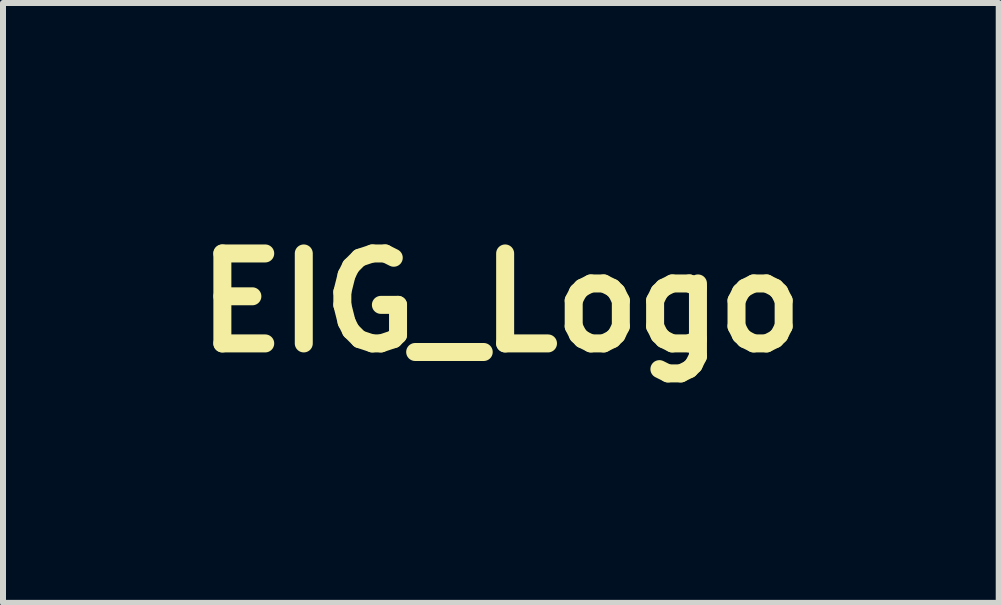
<source format=kicad_pcb>
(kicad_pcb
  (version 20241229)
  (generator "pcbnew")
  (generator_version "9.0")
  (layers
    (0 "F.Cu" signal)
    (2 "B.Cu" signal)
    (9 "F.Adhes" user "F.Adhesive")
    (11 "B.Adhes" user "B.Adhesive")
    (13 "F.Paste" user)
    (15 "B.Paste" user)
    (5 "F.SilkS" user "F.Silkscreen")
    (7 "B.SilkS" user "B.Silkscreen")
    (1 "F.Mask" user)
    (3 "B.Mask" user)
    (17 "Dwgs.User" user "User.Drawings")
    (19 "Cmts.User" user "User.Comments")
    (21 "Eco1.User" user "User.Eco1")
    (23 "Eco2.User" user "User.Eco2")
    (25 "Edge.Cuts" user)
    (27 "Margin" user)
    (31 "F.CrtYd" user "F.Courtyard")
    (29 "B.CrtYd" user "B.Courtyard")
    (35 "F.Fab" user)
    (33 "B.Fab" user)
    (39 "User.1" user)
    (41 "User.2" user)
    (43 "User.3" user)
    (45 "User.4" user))
  (footprint "EIG_Logo"
    (layer "F.Cu")
    (at 5.3 1.997)
    (property "Reference" "EIG_Logo" (at 0 0 0) (layer "F.SilkS") (effects (font (size 1.5 1.5) (thickness 0.3))))
    (attr board_only exclude_from_pos_files exclude_from_bom)
    (fp_poly (pts (xy -3.639 1.81) (xy -3.639 1.942) (xy -3.667 1.942) (xy -3.694 1.942) (xy -3.694 1.81) (xy -3.694 1.679) (xy -3.667 1.679) (xy -3.639 1.679)) (stroke (width 0) (type solid)) (fill yes) (layer "F.Mask"))
    (fp_poly (pts (xy -2.702 1.81) (xy -2.702 1.942) (xy -2.726 1.942) (xy -2.751 1.942) (xy -2.751 1.81) (xy -2.751 1.679) (xy -2.726 1.679) (xy -2.702 1.679)) (stroke (width 0) (type solid)) (fill yes) (layer "F.Mask"))
    (fp_poly (pts (xy -2.556 1.187) (xy -2.558 1.326) (xy -2.596 1.328) (xy -2.634 1.33) (xy -2.634 1.189) (xy -2.634 1.048) (xy -2.594 1.048) (xy -2.554 1.048)) (stroke (width 0) (type solid)) (fill yes) (layer "F.Mask"))
    (fp_poly (pts (xy -2.346 1.81) (xy -2.346 1.942) (xy -2.371 1.942) (xy -2.395 1.942) (xy -2.395 1.81) (xy -2.395 1.679) (xy -2.371 1.679) (xy -2.346 1.679)) (stroke (width 0) (type solid)) (fill yes) (layer "F.Mask"))
    (fp_poly (pts (xy -2.009 1.81) (xy -2.009 1.942) (xy -2.037 1.942) (xy -2.065 1.942) (xy -2.065 1.81) (xy -2.065 1.679) (xy -2.037 1.679) (xy -2.009 1.679)) (stroke (width 0) (type solid)) (fill yes) (layer "F.Mask"))
    (fp_poly (pts (xy -1.238 1.189) (xy -1.238 1.329) (xy -1.277 1.329) (xy -1.317 1.329) (xy -1.317 1.189) (xy -1.317 1.048) (xy -1.277 1.048) (xy -1.238 1.048)) (stroke (width 0) (type solid)) (fill yes) (layer "F.Mask"))
    (fp_poly (pts (xy -0.257 1.14) (xy -0.257 1.329) (xy -0.297 1.329) (xy -0.337 1.329) (xy -0.337 1.14) (xy -0.337 0.95) (xy -0.297 0.95) (xy -0.257 0.95)) (stroke (width 0) (type solid)) (fill yes) (layer "F.Mask"))
    (fp_poly (pts (xy 0.202 1.81) (xy 0.202 1.942) (xy 0.175 1.942) (xy 0.147 1.942) (xy 0.147 1.81) (xy 0.147 1.679) (xy 0.175 1.679) (xy 0.202 1.679)) (stroke (width 0) (type solid)) (fill yes) (layer "F.Mask"))
    (fp_poly (pts (xy 1.532 1.81) (xy 1.532 1.942) (xy 1.507 1.942) (xy 1.483 1.942) (xy 1.483 1.81) (xy 1.483 1.679) (xy 1.507 1.679) (xy 1.532 1.679)) (stroke (width 0) (type solid)) (fill yes) (layer "F.Mask"))
    (fp_poly (pts (xy 2.916 1.81) (xy 2.916 1.942) (xy 2.889 1.942) (xy 2.861 1.942) (xy 2.861 1.81) (xy 2.861 1.679) (xy 2.889 1.679) (xy 2.916 1.679)) (stroke (width 0) (type solid)) (fill yes) (layer "F.Mask"))
    (fp_poly (pts (xy -1.991 -1.466) (xy -1.994 -1.454) (xy -2.005 -1.436) (xy -2.01 -1.429) (xy -2.024 -1.412) (xy -2.034 -1.403) (xy -2.04 -1.404) (xy -2.04 -1.408) (xy -2.037 -1.417) (xy -2.029 -1.431) (xy -2.018 -1.447) (xy -2.008 -1.461) (xy -2 -1.469) (xy -1.997 -1.47)) (stroke (width 0) (type solid)) (fill yes) (layer "F.Mask"))
    (fp_poly (pts (xy -3.288 -0.781) (xy -3.274 -0.769) (xy -3.266 -0.751) (xy -3.263 -0.73) (xy -3.267 -0.709) (xy -3.276 -0.693) (xy -3.28 -0.691) (xy -3.297 -0.686) (xy -3.314 -0.692) (xy -3.323 -0.7) (xy -3.331 -0.719) (xy -3.332 -0.742) (xy -3.327 -0.763) (xy -3.321 -0.772) (xy -3.304 -0.782)) (stroke (width 0) (type solid)) (fill yes) (layer "F.Mask"))
    (fp_poly (pts (xy -1.26 0.93) (xy -1.245 0.943) (xy -1.238 0.96) (xy -1.24 0.979) (xy -1.251 0.996) (xy -1.254 0.998) (xy -1.273 1.009) (xy -1.29 1.009) (xy -1.304 1) (xy -1.317 0.983) (xy -1.32 0.964) (xy -1.315 0.946) (xy -1.302 0.932) (xy -1.283 0.925) (xy -1.28 0.925)) (stroke (width 0) (type solid)) (fill yes) (layer "F.Mask"))
    (fp_poly (pts (xy -0.992 1.81) (xy -0.992 1.942) (xy -1.017 1.942) (xy -1.034 1.94) (xy -1.044 1.935) (xy -1.045 1.934) (xy -1.046 1.926) (xy -1.046 1.907) (xy -1.047 1.881) (xy -1.047 1.847) (xy -1.046 1.81) (xy -1.046 1.804) (xy -1.045 1.682) (xy -1.019 1.68) (xy -0.992 1.678)) (stroke (width 0) (type solid)) (fill yes) (layer "F.Mask"))
    (fp_poly (pts (xy -2.577 0.93) (xy -2.562 0.943) (xy -2.556 0.96) (xy -2.557 0.979) (xy -2.568 0.996) (xy -2.571 0.998) (xy -2.59 1.009) (xy -2.608 1.008) (xy -2.625 0.996) (xy -2.625 0.996) (xy -2.638 0.978) (xy -2.639 0.961) (xy -2.628 0.941) (xy -2.628 0.941) (xy -2.611 0.928) (xy -2.597 0.925)) (stroke (width 0) (type solid)) (fill yes) (layer "F.Mask"))
    (fp_poly (pts (xy -2.096 1.702) (xy -2.098 1.725) (xy -2.136 1.726) (xy -2.175 1.728) (xy -2.176 1.834) (xy -2.178 1.939) (xy -2.204 1.941) (xy -2.23 1.943) (xy -2.23 1.835) (xy -2.23 1.728) (xy -2.27 1.728) (xy -2.31 1.728) (xy -2.31 1.703) (xy -2.31 1.679) (xy -2.202 1.679) (xy -2.094 1.679)) (stroke (width 0) (type solid)) (fill yes) (layer "F.Mask"))
    (fp_poly (pts (xy 2.83 1.7) (xy 2.83 1.721) (xy 2.789 1.723) (xy 2.748 1.725) (xy 2.746 1.833) (xy 2.744 1.942) (xy 2.72 1.942) (xy 2.696 1.942) (xy 2.694 1.833) (xy 2.693 1.725) (xy 2.654 1.723) (xy 2.616 1.721) (xy 2.616 1.7) (xy 2.616 1.679) (xy 2.723 1.679) (xy 2.83 1.679)) (stroke (width 0) (type solid)) (fill yes) (layer "F.Mask"))
    (fp_poly (pts (xy 1.255 1.767) (xy 1.279 1.776) (xy 1.296 1.792) (xy 1.304 1.813) (xy 1.303 1.836) (xy 1.291 1.858) (xy 1.287 1.863) (xy 1.266 1.878) (xy 1.244 1.88) (xy 1.221 1.871) (xy 1.212 1.863) (xy 1.196 1.842) (xy 1.191 1.82) (xy 1.199 1.798) (xy 1.213 1.781) (xy 1.228 1.77) (xy 1.241 1.766)) (stroke (width 0) (type solid)) (fill yes) (layer "F.Mask"))
    (fp_poly (pts (xy -1.248 1.773) (xy -1.233 1.786) (xy -1.223 1.804) (xy -1.219 1.825) (xy -1.225 1.846) (xy -1.237 1.863) (xy -1.259 1.877) (xy -1.283 1.88) (xy -1.303 1.873) (xy -1.317 1.861) (xy -1.328 1.842) (xy -1.333 1.821) (xy -1.332 1.811) (xy -1.325 1.796) (xy -1.312 1.782) (xy -1.309 1.779) (xy -1.288 1.767) (xy -1.267 1.766)) (stroke (width 0) (type solid)) (fill yes) (layer "F.Mask"))
    (fp_poly (pts (xy -0.009 1.767) (xy 0.046 1.856) (xy 0.048 1.767) (xy 0.049 1.679) (xy 0.074 1.679) (xy 0.098 1.679) (xy 0.098 1.81) (xy 0.098 1.942) (xy 0.069 1.942) (xy 0.04 1.942) (xy -0.015 1.853) (xy -0.07 1.764) (xy -0.072 1.853) (xy -0.074 1.942) (xy -0.098 1.942) (xy -0.123 1.942) (xy -0.123 1.81) (xy -0.123 1.679) (xy -0.093 1.679) (xy -0.063 1.679)) (stroke (width 0) (type solid)) (fill yes) (layer "F.Mask"))
    (fp_poly (pts (xy 2.579 1.811) (xy 2.579 1.943) (xy 2.55 1.941) (xy 2.521 1.939) (xy 2.464 1.848) (xy 2.408 1.756) (xy 2.408 1.849) (xy 2.408 1.942) (xy 2.383 1.942) (xy 2.359 1.942) (xy 2.359 1.81) (xy 2.359 1.679) (xy 2.388 1.679) (xy 2.417 1.679) (xy 2.472 1.768) (xy 2.527 1.857) (xy 2.529 1.768) (xy 2.531 1.679) (xy 2.555 1.679) (xy 2.579 1.679)) (stroke (width 0) (type solid)) (fill yes) (layer "F.Mask"))
    (fp_poly (pts (xy -3.377 0.982) (xy -3.379 1.014) (xy -3.487 1.016) (xy -3.596 1.017) (xy -3.596 1.06) (xy -3.596 1.103) (xy -3.501 1.103) (xy -3.406 1.103) (xy -3.406 1.136) (xy -3.406 1.17) (xy -3.501 1.17) (xy -3.596 1.17) (xy -3.596 1.216) (xy -3.596 1.262) (xy -3.486 1.262) (xy -3.376 1.262) (xy -3.376 1.296) (xy -3.376 1.329) (xy -3.526 1.329) (xy -3.676 1.329) (xy -3.676 1.14) (xy -3.676 0.95) (xy -3.525 0.95) (xy -3.375 0.95)) (stroke (width 0) (type solid)) (fill yes) (layer "F.Mask"))
    (fp_poly (pts (xy -0.909 1.68) (xy -0.88 1.682) (xy -0.83 1.764) (xy -0.812 1.792) (xy -0.796 1.817) (xy -0.783 1.837) (xy -0.775 1.849) (xy -0.772 1.852) (xy -0.77 1.851) (xy -0.768 1.84) (xy -0.766 1.819) (xy -0.766 1.786) (xy -0.766 1.769) (xy -0.766 1.679) (xy -0.741 1.679) (xy -0.717 1.679) (xy -0.717 1.81) (xy -0.717 1.942) (xy -0.746 1.942) (xy -0.776 1.942) (xy -0.831 1.853) (xy -0.885 1.764) (xy -0.888 1.852) (xy -0.891 1.939) (xy -0.914 1.941) (xy -0.937 1.943) (xy -0.937 1.81) (xy -0.937 1.678)) (stroke (width 0) (type solid)) (fill yes) (layer "F.Mask"))
    (fp_poly (pts (xy 1.615 1.68) (xy 1.644 1.682) (xy 1.695 1.764) (xy 1.713 1.793) (xy 1.729 1.818) (xy 1.742 1.838) (xy 1.75 1.85) (xy 1.752 1.853) (xy 1.755 1.85) (xy 1.757 1.835) (xy 1.758 1.809) (xy 1.758 1.772) (xy 1.758 1.769) (xy 1.758 1.679) (xy 1.783 1.679) (xy 1.807 1.679) (xy 1.807 1.81) (xy 1.807 1.942) (xy 1.778 1.942) (xy 1.748 1.942) (xy 1.693 1.853) (xy 1.639 1.764) (xy 1.636 1.852) (xy 1.633 1.939) (xy 1.61 1.941) (xy 1.587 1.943) (xy 1.587 1.81) (xy 1.587 1.678)) (stroke (width 0) (type solid)) (fill yes) (layer "F.Mask"))
    (fp_poly (pts (xy -0.172 1.703) (xy -0.172 1.728) (xy -0.245 1.728) (xy -0.319 1.728) (xy -0.319 1.755) (xy -0.319 1.783) (xy -0.254 1.783) (xy -0.19 1.783) (xy -0.19 1.804) (xy -0.19 1.826) (xy -0.254 1.826) (xy -0.319 1.826) (xy -0.319 1.856) (xy -0.319 1.887) (xy -0.245 1.887) (xy -0.216 1.887) (xy -0.191 1.889) (xy -0.175 1.891) (xy -0.169 1.893) (xy -0.167 1.903) (xy -0.168 1.918) (xy -0.169 1.921) (xy -0.173 1.942) (xy -0.273 1.942) (xy -0.374 1.942) (xy -0.374 1.81) (xy -0.374 1.679) (xy -0.273 1.679) (xy -0.172 1.679)) (stroke (width 0) (type solid)) (fill yes) (layer "F.Mask"))
    (fp_poly (pts (xy 2.31 1.703) (xy 2.31 1.728) (xy 2.236 1.728) (xy 2.163 1.728) (xy 2.163 1.755) (xy 2.163 1.783) (xy 2.227 1.783) (xy 2.291 1.783) (xy 2.291 1.804) (xy 2.291 1.826) (xy 2.227 1.826) (xy 2.163 1.826) (xy 2.163 1.856) (xy 2.163 1.887) (xy 2.239 1.887) (xy 2.316 1.887) (xy 2.316 1.905) (xy 2.316 1.918) (xy 2.314 1.928) (xy 2.309 1.935) (xy 2.299 1.939) (xy 2.283 1.941) (xy 2.259 1.942) (xy 2.224 1.942) (xy 2.208 1.942) (xy 2.107 1.942) (xy 2.107 1.81) (xy 2.107 1.679) (xy 2.209 1.679) (xy 2.31 1.679)) (stroke (width 0) (type solid)) (fill yes) (layer "F.Mask"))
    (fp_poly (pts (xy 3.419 1.703) (xy 3.419 1.728) (xy 3.342 1.728) (xy 3.265 1.728) (xy 3.265 1.755) (xy 3.265 1.783) (xy 3.33 1.783) (xy 3.394 1.783) (xy 3.394 1.804) (xy 3.394 1.826) (xy 3.33 1.826) (xy 3.265 1.826) (xy 3.265 1.856) (xy 3.265 1.887) (xy 3.341 1.887) (xy 3.417 1.887) (xy 3.42 1.91) (xy 3.421 1.926) (xy 3.421 1.936) (xy 3.42 1.937) (xy 3.414 1.939) (xy 3.397 1.94) (xy 3.372 1.941) (xy 3.341 1.942) (xy 3.317 1.942) (xy 3.216 1.942) (xy 3.216 1.81) (xy 3.216 1.679) (xy 3.317 1.679) (xy 3.419 1.679)) (stroke (width 0) (type solid)) (fill yes) (layer "F.Mask"))
    (fp_poly (pts (xy -1.371 1.043) (xy -1.358 1.05) (xy -1.354 1.063) (xy -1.357 1.085) (xy -1.36 1.097) (xy -1.365 1.111) (xy -1.372 1.117) (xy -1.386 1.116) (xy -1.387 1.116) (xy -1.405 1.117) (xy -1.419 1.125) (xy -1.424 1.13) (xy -1.438 1.147) (xy -1.448 1.165) (xy -1.454 1.186) (xy -1.457 1.213) (xy -1.458 1.249) (xy -1.458 1.258) (xy -1.458 1.329) (xy -1.495 1.329) (xy -1.532 1.329) (xy -1.532 1.189) (xy -1.532 1.048) (xy -1.495 1.048) (xy -1.458 1.048) (xy -1.458 1.07) (xy -1.458 1.093) (xy -1.435 1.067) (xy -1.417 1.051) (xy -1.403 1.043) (xy -1.392 1.041)) (stroke (width 0) (type solid)) (fill yes) (layer "F.Mask"))
    (fp_poly (pts (xy -0.108 -1.888) (xy -0.109 -1.86) (xy -0.11 -1.838) (xy -0.113 -1.823) (xy -0.118 -1.812) (xy -0.128 -1.805) (xy -0.144 -1.802) (xy -0.167 -1.801) (xy -0.199 -1.801) (xy -0.242 -1.801) (xy -0.247 -1.801) (xy -0.292 -1.801) (xy -0.338 -1.801) (xy -0.383 -1.8) (xy -0.423 -1.799) (xy -0.453 -1.799) (xy -0.491 -1.798) (xy -0.533 -1.798) (xy -0.572 -1.799) (xy -0.595 -1.8) (xy -0.623 -1.802) (xy -0.645 -1.805) (xy -0.661 -1.807) (xy -0.666 -1.809) (xy -0.668 -1.817) (xy -0.67 -1.835) (xy -0.672 -1.859) (xy -0.673 -1.881) (xy -0.675 -1.948) (xy -0.39 -1.948) (xy -0.105 -1.948)) (stroke (width 0) (type solid)) (fill yes) (layer "F.Mask"))
    (fp_poly (pts (xy 0.808 1.044) (xy 0.818 1.052) (xy 0.819 1.068) (xy 0.818 1.076) (xy 0.814 1.099) (xy 0.81 1.112) (xy 0.805 1.117) (xy 0.798 1.117) (xy 0.796 1.117) (xy 0.774 1.116) (xy 0.754 1.127) (xy 0.735 1.15) (xy 0.735 1.15) (xy 0.727 1.163) (xy 0.722 1.174) (xy 0.719 1.186) (xy 0.717 1.203) (xy 0.717 1.227) (xy 0.717 1.254) (xy 0.717 1.329) (xy 0.68 1.329) (xy 0.643 1.329) (xy 0.643 1.189) (xy 0.643 1.048) (xy 0.68 1.048) (xy 0.717 1.048) (xy 0.717 1.074) (xy 0.717 1.099) (xy 0.732 1.077) (xy 0.75 1.056) (xy 0.768 1.045) (xy 0.788 1.042)) (stroke (width 0) (type solid)) (fill yes) (layer "F.Mask"))
    (fp_poly (pts (xy 2.401 1.044) (xy 2.411 1.052) (xy 2.412 1.068) (xy 2.411 1.076) (xy 2.407 1.099) (xy 2.403 1.112) (xy 2.398 1.117) (xy 2.391 1.117) (xy 2.389 1.117) (xy 2.367 1.116) (xy 2.347 1.127) (xy 2.328 1.15) (xy 2.328 1.15) (xy 2.32 1.163) (xy 2.315 1.174) (xy 2.312 1.186) (xy 2.31 1.203) (xy 2.31 1.227) (xy 2.31 1.254) (xy 2.31 1.329) (xy 2.273 1.329) (xy 2.236 1.329) (xy 2.236 1.189) (xy 2.236 1.048) (xy 2.273 1.048) (xy 2.31 1.048) (xy 2.31 1.074) (xy 2.31 1.099) (xy 2.325 1.077) (xy 2.343 1.056) (xy 2.36 1.045) (xy 2.381 1.042)) (stroke (width 0) (type solid)) (fill yes) (layer "F.Mask"))
    (fp_poly (pts (xy -1.502 1.702) (xy -1.504 1.725) (xy -1.579 1.726) (xy -1.654 1.728) (xy -1.654 1.755) (xy -1.654 1.783) (xy -1.59 1.783) (xy -1.525 1.783) (xy -1.525 1.804) (xy -1.525 1.826) (xy -1.59 1.826) (xy -1.654 1.826) (xy -1.654 1.856) (xy -1.654 1.887) (xy -1.578 1.887) (xy -1.501 1.887) (xy -1.501 1.914) (xy -1.501 1.942) (xy -1.601 1.942) (xy -1.635 1.942) (xy -1.664 1.941) (xy -1.687 1.94) (xy -1.702 1.939) (xy -1.705 1.938) (xy -1.706 1.931) (xy -1.707 1.913) (xy -1.708 1.887) (xy -1.709 1.855) (xy -1.709 1.817) (xy -1.709 1.806) (xy -1.709 1.679) (xy -1.605 1.679) (xy -1.5 1.679)) (stroke (width 0) (type solid)) (fill yes) (layer "F.Mask"))
    (fp_poly (pts (xy -3.392 1.68) (xy -3.376 1.682) (xy -3.368 1.686) (xy -3.367 1.695) (xy -3.367 1.695) (xy -3.367 1.706) (xy -3.367 1.726) (xy -3.368 1.754) (xy -3.368 1.788) (xy -3.368 1.826) (xy -3.368 1.826) (xy -3.37 1.943) (xy -3.398 1.941) (xy -3.427 1.939) (xy -3.483 1.85) (xy -3.538 1.762) (xy -3.54 1.852) (xy -3.541 1.942) (xy -3.562 1.942) (xy -3.577 1.941) (xy -3.586 1.938) (xy -3.586 1.938) (xy -3.587 1.931) (xy -3.588 1.913) (xy -3.589 1.887) (xy -3.59 1.855) (xy -3.59 1.817) (xy -3.59 1.806) (xy -3.59 1.679) (xy -3.56 1.679) (xy -3.53 1.679) (xy -3.474 1.769) (xy -3.419 1.859) (xy -3.419 1.769) (xy -3.419 1.678)) (stroke (width 0) (type solid)) (fill yes) (layer "F.Mask"))
    (fp_poly (pts (xy -2.611 -1.238) (xy -2.592 -1.232) (xy -2.58 -1.219) (xy -2.573 -1.199) (xy -2.569 -1.169) (xy -2.568 -1.146) (xy -2.567 -1.118) (xy -2.568 -1.099) (xy -2.57 -1.086) (xy -2.574 -1.077) (xy -2.577 -1.074) (xy -2.588 -1.064) (xy -2.597 -1.065) (xy -2.603 -1.077) (xy -2.608 -1.1) (xy -2.61 -1.124) (xy -2.615 -1.161) (xy -2.623 -1.187) (xy -2.633 -1.202) (xy -2.647 -1.206) (xy -2.648 -1.206) (xy -2.663 -1.198) (xy -2.672 -1.179) (xy -2.677 -1.149) (xy -2.677 -1.132) (xy -2.678 -1.108) (xy -2.68 -1.088) (xy -2.683 -1.076) (xy -2.693 -1.063) (xy -2.707 -1.06) (xy -2.719 -1.067) (xy -2.722 -1.077) (xy -2.725 -1.098) (xy -2.726 -1.131) (xy -2.726 -1.155) (xy -2.726 -1.236) (xy -2.677 -1.239) (xy -2.639 -1.24)) (stroke (width 0) (type solid)) (fill yes) (layer "F.Mask"))
    (fp_poly (pts (xy -1.545 -0.287) (xy -1.521 -0.284) (xy -1.504 -0.278) (xy -1.491 -0.267) (xy -1.479 -0.252) (xy -1.466 -0.221) (xy -1.463 -0.189) (xy -1.47 -0.157) (xy -1.486 -0.129) (xy -1.501 -0.115) (xy -1.525 -0.103) (xy -1.556 -0.097) (xy -1.594 -0.097) (xy -1.63 -0.099) (xy -1.63 -0.193) (xy -1.63 -0.217) (xy -1.586 -0.217) (xy -1.586 -0.194) (xy -1.584 -0.171) (xy -1.582 -0.15) (xy -1.579 -0.137) (xy -1.578 -0.135) (xy -1.568 -0.129) (xy -1.552 -0.13) (xy -1.534 -0.139) (xy -1.526 -0.144) (xy -1.509 -0.166) (xy -1.503 -0.191) (xy -1.508 -0.219) (xy -1.511 -0.225) (xy -1.525 -0.245) (xy -1.541 -0.257) (xy -1.558 -0.261) (xy -1.572 -0.256) (xy -1.582 -0.242) (xy -1.584 -0.235) (xy -1.586 -0.217) (xy -1.63 -0.217) (xy -1.63 -0.288) (xy -1.578 -0.288)) (stroke (width 0) (type solid)) (fill yes) (layer "F.Mask"))
    (fp_poly (pts (xy -2.651 -0.279) (xy -2.622 -0.278) (xy -2.601 -0.273) (xy -2.588 -0.264) (xy -2.58 -0.248) (xy -2.576 -0.223) (xy -2.574 -0.193) (xy -2.573 -0.156) (xy -2.575 -0.129) (xy -2.578 -0.113) (xy -2.584 -0.105) (xy -2.588 -0.104) (xy -2.598 -0.108) (xy -2.605 -0.122) (xy -2.61 -0.145) (xy -2.613 -0.166) (xy -2.619 -0.199) (xy -2.628 -0.221) (xy -2.64 -0.232) (xy -2.646 -0.233) (xy -2.657 -0.23) (xy -2.665 -0.221) (xy -2.671 -0.203) (xy -2.675 -0.175) (xy -2.675 -0.174) (xy -2.679 -0.143) (xy -2.683 -0.121) (xy -2.69 -0.109) (xy -2.698 -0.104) (xy -2.701 -0.104) (xy -2.712 -0.11) (xy -2.716 -0.118) (xy -2.718 -0.129) (xy -2.719 -0.15) (xy -2.72 -0.177) (xy -2.72 -0.201) (xy -2.72 -0.233) (xy -2.719 -0.255) (xy -2.714 -0.268) (xy -2.705 -0.275) (xy -2.688 -0.278) (xy -2.664 -0.279)) (stroke (width 0) (type solid)) (fill yes) (layer "F.Mask"))
    (fp_poly (pts (xy -2.971 1.77) (xy -2.971 1.806) (xy -2.971 1.831) (xy -2.969 1.849) (xy -2.967 1.861) (xy -2.964 1.869) (xy -2.959 1.876) (xy -2.958 1.878) (xy -2.94 1.891) (xy -2.922 1.897) (xy -2.906 1.898) (xy -2.893 1.893) (xy -2.879 1.882) (xy -2.858 1.863) (xy -2.856 1.771) (xy -2.854 1.679) (xy -2.83 1.679) (xy -2.806 1.679) (xy -2.806 1.774) (xy -2.806 1.811) (xy -2.807 1.838) (xy -2.808 1.858) (xy -2.81 1.872) (xy -2.814 1.883) (xy -2.819 1.893) (xy -2.819 1.894) (xy -2.839 1.917) (xy -2.866 1.933) (xy -2.897 1.941) (xy -2.931 1.942) (xy -2.963 1.934) (xy -2.974 1.928) (xy -2.991 1.918) (xy -3.003 1.907) (xy -3.012 1.895) (xy -3.018 1.879) (xy -3.022 1.857) (xy -3.024 1.826) (xy -3.025 1.786) (xy -3.025 1.779) (xy -3.027 1.679) (xy -2.999 1.679) (xy -2.971 1.679)) (stroke (width 0) (type solid)) (fill yes) (layer "F.Mask"))
    (fp_poly (pts (xy -1.744 1.679) (xy -1.735 1.68) (xy -1.734 1.68) (xy -1.736 1.686) (xy -1.742 1.702) (xy -1.751 1.726) (xy -1.762 1.756) (xy -1.775 1.792) (xy -1.782 1.81) (xy -1.83 1.939) (xy -1.858 1.941) (xy -1.876 1.941) (xy -1.886 1.937) (xy -1.889 1.933) (xy -1.892 1.924) (xy -1.899 1.905) (xy -1.908 1.879) (xy -1.92 1.848) (xy -1.932 1.812) (xy -1.934 1.808) (xy -1.946 1.773) (xy -1.958 1.741) (xy -1.967 1.714) (xy -1.974 1.696) (xy -1.977 1.686) (xy -1.977 1.686) (xy -1.976 1.681) (xy -1.966 1.679) (xy -1.951 1.68) (xy -1.922 1.682) (xy -1.889 1.776) (xy -1.878 1.808) (xy -1.868 1.835) (xy -1.861 1.857) (xy -1.856 1.869) (xy -1.854 1.872) (xy -1.852 1.868) (xy -1.846 1.853) (xy -1.838 1.83) (xy -1.828 1.802) (xy -1.819 1.776) (xy -1.786 1.679) (xy -1.76 1.679)) (stroke (width 0) (type solid)) (fill yes) (layer "F.Mask"))
    (fp_poly (pts (xy 0.571 1.68) (xy 0.597 1.682) (xy 0.6 1.775) (xy 0.602 1.815) (xy 0.605 1.845) (xy 0.609 1.866) (xy 0.615 1.88) (xy 0.624 1.889) (xy 0.637 1.894) (xy 0.65 1.897) (xy 0.666 1.898) (xy 0.679 1.893) (xy 0.693 1.882) (xy 0.714 1.863) (xy 0.716 1.771) (xy 0.718 1.679) (xy 0.742 1.679) (xy 0.767 1.679) (xy 0.765 1.779) (xy 0.764 1.821) (xy 0.762 1.852) (xy 0.759 1.875) (xy 0.753 1.892) (xy 0.746 1.905) (xy 0.734 1.916) (xy 0.719 1.927) (xy 0.717 1.928) (xy 0.693 1.939) (xy 0.663 1.943) (xy 0.632 1.941) (xy 0.604 1.934) (xy 0.594 1.928) (xy 0.576 1.913) (xy 0.56 1.895) (xy 0.559 1.894) (xy 0.554 1.885) (xy 0.55 1.876) (xy 0.548 1.864) (xy 0.546 1.848) (xy 0.545 1.824) (xy 0.545 1.792) (xy 0.545 1.775) (xy 0.545 1.678)) (stroke (width 0) (type solid)) (fill yes) (layer "F.Mask"))
    (fp_poly (pts (xy 2.861 1.141) (xy 2.861 1.183) (xy 2.863 1.214) (xy 2.866 1.237) (xy 2.87 1.251) (xy 2.878 1.26) (xy 2.888 1.265) (xy 2.901 1.267) (xy 2.926 1.265) (xy 2.947 1.254) (xy 2.968 1.24) (xy 2.97 1.144) (xy 2.972 1.048) (xy 3.012 1.048) (xy 3.053 1.048) (xy 3.049 1.153) (xy 3.048 1.191) (xy 3.046 1.227) (xy 3.045 1.259) (xy 3.045 1.284) (xy 3.045 1.294) (xy 3.045 1.329) (xy 3.008 1.329) (xy 2.988 1.329) (xy 2.977 1.327) (xy 2.972 1.323) (xy 2.971 1.315) (xy 2.971 1.314) (xy 2.971 1.299) (xy 2.946 1.315) (xy 2.917 1.329) (xy 2.884 1.335) (xy 2.852 1.333) (xy 2.83 1.325) (xy 2.811 1.309) (xy 2.795 1.286) (xy 2.79 1.276) (xy 2.786 1.265) (xy 2.784 1.252) (xy 2.782 1.234) (xy 2.782 1.21) (xy 2.781 1.176) (xy 2.781 1.154) (xy 2.781 1.048) (xy 2.821 1.048) (xy 2.861 1.048)) (stroke (width 0) (type solid)) (fill yes) (layer "F.Mask"))
    (fp_poly (pts (xy 0.425 1.684) (xy 0.456 1.703) (xy 0.48 1.73) (xy 0.496 1.764) (xy 0.502 1.803) (xy 0.502 1.805) (xy 0.497 1.847) (xy 0.483 1.883) (xy 0.461 1.911) (xy 0.432 1.932) (xy 0.398 1.942) (xy 0.359 1.943) (xy 0.341 1.939) (xy 0.308 1.927) (xy 0.283 1.908) (xy 0.265 1.882) (xy 0.251 1.846) (xy 0.246 1.809) (xy 0.248 1.798) (xy 0.301 1.798) (xy 0.302 1.829) (xy 0.311 1.857) (xy 0.327 1.879) (xy 0.348 1.894) (xy 0.374 1.899) (xy 0.4 1.894) (xy 0.416 1.883) (xy 0.435 1.86) (xy 0.445 1.83) (xy 0.446 1.797) (xy 0.437 1.764) (xy 0.422 1.741) (xy 0.402 1.727) (xy 0.378 1.721) (xy 0.354 1.724) (xy 0.331 1.736) (xy 0.314 1.756) (xy 0.31 1.766) (xy 0.301 1.798) (xy 0.248 1.798) (xy 0.251 1.773) (xy 0.264 1.739) (xy 0.285 1.711) (xy 0.312 1.689) (xy 0.345 1.676) (xy 0.349 1.676) (xy 0.389 1.674)) (stroke (width 0) (type solid)) (fill yes) (layer "F.Mask"))
    (fp_poly (pts (xy 2.076 1.695) (xy 2.072 1.707) (xy 2.064 1.727) (xy 2.054 1.754) (xy 2.042 1.787) (xy 2.031 1.816) (xy 2.018 1.851) (xy 2.007 1.881) (xy 1.997 1.906) (xy 1.991 1.924) (xy 1.988 1.931) (xy 1.981 1.939) (xy 1.966 1.942) (xy 1.957 1.942) (xy 1.94 1.941) (xy 1.929 1.938) (xy 1.927 1.937) (xy 1.924 1.93) (xy 1.918 1.914) (xy 1.909 1.89) (xy 1.898 1.862) (xy 1.886 1.829) (xy 1.874 1.796) (xy 1.862 1.763) (xy 1.851 1.734) (xy 1.842 1.709) (xy 1.835 1.69) (xy 1.832 1.681) (xy 1.832 1.68) (xy 1.837 1.679) (xy 1.851 1.679) (xy 1.86 1.68) (xy 1.889 1.682) (xy 1.918 1.768) (xy 1.928 1.8) (xy 1.938 1.827) (xy 1.946 1.849) (xy 1.951 1.862) (xy 1.952 1.864) (xy 1.956 1.864) (xy 1.961 1.855) (xy 1.97 1.835) (xy 1.981 1.805) (xy 1.991 1.776) (xy 2.024 1.679) (xy 2.053 1.679) (xy 2.083 1.679)) (stroke (width 0) (type solid)) (fill yes) (layer "F.Mask"))
    (fp_poly (pts (xy -2.285 1.046) (xy -2.257 1.061) (xy -2.243 1.074) (xy -2.234 1.088) (xy -2.228 1.109) (xy -2.223 1.14) (xy -2.22 1.18) (xy -2.218 1.23) (xy -2.218 1.257) (xy -2.218 1.329) (xy -2.258 1.329) (xy -2.297 1.329) (xy -2.297 1.234) (xy -2.298 1.194) (xy -2.299 1.163) (xy -2.301 1.142) (xy -2.305 1.127) (xy -2.311 1.117) (xy -2.319 1.111) (xy -2.322 1.109) (xy -2.339 1.106) (xy -2.361 1.11) (xy -2.382 1.119) (xy -2.393 1.128) (xy -2.399 1.134) (xy -2.403 1.14) (xy -2.405 1.149) (xy -2.407 1.164) (xy -2.407 1.185) (xy -2.408 1.215) (xy -2.408 1.236) (xy -2.408 1.329) (xy -2.447 1.329) (xy -2.487 1.329) (xy -2.487 1.189) (xy -2.487 1.048) (xy -2.447 1.048) (xy -2.426 1.048) (xy -2.414 1.049) (xy -2.409 1.053) (xy -2.408 1.061) (xy -2.408 1.064) (xy -2.407 1.075) (xy -2.403 1.075) (xy -2.397 1.071) (xy -2.366 1.052) (xy -2.331 1.042) (xy -2.319 1.041)) (stroke (width 0) (type solid)) (fill yes) (layer "F.Mask"))
    (fp_poly (pts (xy 1.556 1.005) (xy 1.556 1.048) (xy 1.584 1.048) (xy 1.612 1.048) (xy 1.61 1.077) (xy 1.608 1.106) (xy 1.582 1.108) (xy 1.556 1.11) (xy 1.556 1.182) (xy 1.557 1.219) (xy 1.559 1.245) (xy 1.563 1.261) (xy 1.571 1.27) (xy 1.581 1.273) (xy 1.593 1.271) (xy 1.606 1.27) (xy 1.612 1.276) (xy 1.615 1.285) (xy 1.619 1.301) (xy 1.621 1.312) (xy 1.619 1.322) (xy 1.607 1.33) (xy 1.589 1.334) (xy 1.567 1.336) (xy 1.544 1.333) (xy 1.522 1.326) (xy 1.52 1.325) (xy 1.504 1.315) (xy 1.492 1.3) (xy 1.484 1.279) (xy 1.479 1.251) (xy 1.477 1.214) (xy 1.477 1.187) (xy 1.476 1.109) (xy 1.458 1.109) (xy 1.447 1.108) (xy 1.442 1.104) (xy 1.44 1.093) (xy 1.44 1.078) (xy 1.44 1.06) (xy 1.443 1.051) (xy 1.449 1.048) (xy 1.458 1.048) (xy 1.476 1.048) (xy 1.476 1.005) (xy 1.476 0.962) (xy 1.516 0.962) (xy 1.556 0.962)) (stroke (width 0) (type solid)) (fill yes) (layer "F.Mask"))
    (fp_poly (pts (xy -0.956 1.051) (xy -0.93 1.068) (xy -0.915 1.086) (xy -0.911 1.095) (xy -0.908 1.105) (xy -0.906 1.12) (xy -0.904 1.14) (xy -0.903 1.169) (xy -0.902 1.207) (xy -0.902 1.218) (xy -0.899 1.329) (xy -0.94 1.329) (xy -0.98 1.329) (xy -0.98 1.234) (xy -0.981 1.194) (xy -0.982 1.163) (xy -0.984 1.142) (xy -0.988 1.127) (xy -0.994 1.117) (xy -1.002 1.111) (xy -1.005 1.109) (xy -1.022 1.106) (xy -1.043 1.11) (xy -1.065 1.119) (xy -1.076 1.128) (xy -1.082 1.134) (xy -1.085 1.14) (xy -1.088 1.149) (xy -1.09 1.164) (xy -1.09 1.185) (xy -1.09 1.215) (xy -1.09 1.236) (xy -1.09 1.329) (xy -1.13 1.329) (xy -1.17 1.329) (xy -1.17 1.189) (xy -1.17 1.048) (xy -1.13 1.048) (xy -1.109 1.048) (xy -1.097 1.049) (xy -1.092 1.053) (xy -1.091 1.061) (xy -1.09 1.064) (xy -1.09 1.075) (xy -1.086 1.075) (xy -1.08 1.071) (xy -1.051 1.052) (xy -1.019 1.043) (xy -0.986 1.043)) (stroke (width 0) (type solid)) (fill yes) (layer "F.Mask"))
    (fp_poly (pts (xy 0.239 1.005) (xy 0.239 1.048) (xy 0.267 1.048) (xy 0.295 1.048) (xy 0.293 1.077) (xy 0.291 1.106) (xy 0.265 1.108) (xy 0.239 1.11) (xy 0.239 1.182) (xy 0.24 1.219) (xy 0.242 1.245) (xy 0.246 1.261) (xy 0.254 1.27) (xy 0.264 1.273) (xy 0.276 1.271) (xy 0.287 1.27) (xy 0.293 1.274) (xy 0.297 1.286) (xy 0.299 1.294) (xy 0.301 1.311) (xy 0.3 1.324) (xy 0.299 1.326) (xy 0.289 1.331) (xy 0.27 1.333) (xy 0.248 1.334) (xy 0.226 1.332) (xy 0.207 1.329) (xy 0.201 1.326) (xy 0.185 1.315) (xy 0.174 1.299) (xy 0.166 1.277) (xy 0.161 1.247) (xy 0.159 1.208) (xy 0.159 1.189) (xy 0.159 1.109) (xy 0.141 1.109) (xy 0.13 1.108) (xy 0.125 1.104) (xy 0.123 1.093) (xy 0.123 1.078) (xy 0.123 1.06) (xy 0.125 1.051) (xy 0.132 1.048) (xy 0.141 1.048) (xy 0.159 1.048) (xy 0.159 1.005) (xy 0.159 0.962) (xy 0.199 0.962) (xy 0.239 0.962)) (stroke (width 0) (type solid)) (fill yes) (layer "F.Mask"))
    (fp_poly (pts (xy 3.033 1.774) (xy 3.045 1.805) (xy 3.054 1.833) (xy 3.062 1.853) (xy 3.068 1.866) (xy 3.069 1.869) (xy 3.072 1.863) (xy 3.078 1.848) (xy 3.087 1.825) (xy 3.097 1.796) (xy 3.105 1.774) (xy 3.138 1.679) (xy 3.165 1.679) (xy 3.181 1.679) (xy 3.188 1.682) (xy 3.188 1.688) (xy 3.185 1.695) (xy 3.181 1.707) (xy 3.173 1.727) (xy 3.163 1.754) (xy 3.151 1.787) (xy 3.14 1.816) (xy 3.127 1.851) (xy 3.116 1.881) (xy 3.106 1.906) (xy 3.1 1.924) (xy 3.097 1.931) (xy 3.09 1.939) (xy 3.075 1.942) (xy 3.065 1.942) (xy 3.048 1.941) (xy 3.038 1.937) (xy 3.033 1.927) (xy 3.032 1.925) (xy 3.028 1.914) (xy 3.02 1.894) (xy 3.01 1.866) (xy 2.998 1.834) (xy 2.987 1.804) (xy 2.974 1.77) (xy 2.962 1.739) (xy 2.953 1.714) (xy 2.946 1.697) (xy 2.944 1.689) (xy 2.943 1.683) (xy 2.948 1.68) (xy 2.962 1.679) (xy 2.97 1.679) (xy 3 1.679)) (stroke (width 0) (type solid)) (fill yes) (layer "F.Mask"))
    (fp_poly (pts (xy 0.019 1.048) (xy 0.023 1.05) (xy 0.043 1.062) (xy 0.057 1.076) (xy 0.065 1.095) (xy 0.071 1.12) (xy 0.074 1.15) (xy 0.077 1.186) (xy 0.078 1.226) (xy 0.079 1.263) (xy 0.079 1.27) (xy 0.08 1.329) (xy 0.04 1.329) (xy 0 1.329) (xy 0 1.238) (xy -0.000376 1.196) (xy -0.002 1.165) (xy -0.004 1.142) (xy -0.009 1.127) (xy -0.015 1.116) (xy -0.023 1.11) (xy -0.024 1.109) (xy -0.042 1.106) (xy -0.063 1.11) (xy -0.085 1.12) (xy -0.096 1.128) (xy -0.101 1.134) (xy -0.105 1.14) (xy -0.108 1.149) (xy -0.109 1.164) (xy -0.11 1.185) (xy -0.11 1.215) (xy -0.11 1.236) (xy -0.11 1.329) (xy -0.15 1.329) (xy -0.19 1.329) (xy -0.19 1.189) (xy -0.19 1.048) (xy -0.15 1.048) (xy -0.129 1.048) (xy -0.117 1.049) (xy -0.112 1.053) (xy -0.11 1.061) (xy -0.11 1.064) (xy -0.109 1.075) (xy -0.105 1.075) (xy -0.1 1.071) (xy -0.073 1.054) (xy -0.041 1.044) (xy -0.009 1.042)) (stroke (width 0) (type solid)) (fill yes) (layer "F.Mask"))
    (fp_poly (pts (xy -0.81 -0.716) (xy -0.794 -0.71) (xy -0.767 -0.7) (xy -0.732 -0.686) (xy -0.69 -0.669) (xy -0.64 -0.649) (xy -0.585 -0.626) (xy -0.524 -0.601) (xy -0.459 -0.575) (xy -0.391 -0.546) (xy -0.383 -0.543) (xy 0.046 -0.363) (xy 0.046 -0.176) (xy 0.046 -0.119) (xy 0.045 -0.072) (xy 0.044 -0.033) (xy 0.043 -0.005) (xy 0.041 0.012) (xy 0.04 0.018) (xy 0.032 0.017) (xy 0.013 0.012) (xy -0.017 0.002) (xy -0.057 -0.014) (xy -0.109 -0.034) (xy -0.113 -0.036) (xy -0.192 -0.068) (xy -0.269 -0.1) (xy -0.345 -0.132) (xy -0.417 -0.162) (xy -0.487 -0.191) (xy -0.551 -0.219) (xy -0.61 -0.244) (xy -0.664 -0.267) (xy -0.71 -0.287) (xy -0.748 -0.304) (xy -0.777 -0.318) (xy -0.797 -0.328) (xy -0.807 -0.333) (xy -0.807 -0.333) (xy -0.812 -0.344) (xy -0.817 -0.365) (xy -0.82 -0.396) (xy -0.823 -0.433) (xy -0.825 -0.476) (xy -0.826 -0.523) (xy -0.826 -0.573) (xy -0.825 -0.597) (xy -0.824 -0.633) (xy -0.822 -0.666) (xy -0.82 -0.692) (xy -0.818 -0.71) (xy -0.817 -0.717) (xy -0.817 -0.717)) (stroke (width 0) (type solid)) (fill yes) (layer "F.Mask"))
    (fp_poly (pts (xy -3.096 1.051) (xy -3.079 1.063) (xy -3.064 1.08) (xy -3.062 1.083) (xy -3.057 1.092) (xy -3.053 1.102) (xy -3.05 1.114) (xy -3.049 1.13) (xy -3.047 1.154) (xy -3.046 1.186) (xy -3.046 1.218) (xy -3.044 1.329) (xy -3.084 1.329) (xy -3.124 1.329) (xy -3.124 1.231) (xy -3.125 1.194) (xy -3.125 1.168) (xy -3.126 1.149) (xy -3.128 1.137) (xy -3.131 1.129) (xy -3.135 1.123) (xy -3.14 1.117) (xy -3.153 1.107) (xy -3.167 1.105) (xy -3.175 1.106) (xy -3.201 1.115) (xy -3.221 1.13) (xy -3.229 1.14) (xy -3.231 1.15) (xy -3.233 1.169) (xy -3.234 1.196) (xy -3.235 1.228) (xy -3.235 1.24) (xy -3.235 1.329) (xy -3.272 1.329) (xy -3.296 1.328) (xy -3.31 1.324) (xy -3.312 1.322) (xy -3.312 1.313) (xy -3.313 1.295) (xy -3.313 1.268) (xy -3.313 1.234) (xy -3.313 1.196) (xy -3.313 1.182) (xy -3.311 1.051) (xy -3.273 1.049) (xy -3.252 1.048) (xy -3.241 1.049) (xy -3.236 1.053) (xy -3.235 1.06) (xy -3.235 1.064) (xy -3.234 1.075) (xy -3.23 1.075) (xy -3.224 1.071) (xy -3.195 1.052) (xy -3.161 1.043) (xy -3.126 1.043)) (stroke (width 0) (type solid)) (fill yes) (layer "F.Mask"))
    (fp_poly (pts (xy -1.538 -1.267) (xy -1.518 -1.264) (xy -1.511 -1.261) (xy -1.496 -1.25) (xy -1.49 -1.236) (xy -1.495 -1.223) (xy -1.496 -1.221) (xy -1.504 -1.216) (xy -1.512 -1.219) (xy -1.52 -1.224) (xy -1.543 -1.238) (xy -1.565 -1.241) (xy -1.577 -1.238) (xy -1.589 -1.231) (xy -1.591 -1.224) (xy -1.583 -1.215) (xy -1.563 -1.203) (xy -1.562 -1.202) (xy -1.528 -1.184) (xy -1.504 -1.169) (xy -1.489 -1.158) (xy -1.48 -1.148) (xy -1.477 -1.14) (xy -1.477 -1.138) (xy -1.482 -1.118) (xy -1.497 -1.101) (xy -1.519 -1.088) (xy -1.544 -1.08) (xy -1.57 -1.078) (xy -1.594 -1.083) (xy -1.607 -1.091) (xy -1.621 -1.106) (xy -1.624 -1.118) (xy -1.618 -1.125) (xy -1.604 -1.125) (xy -1.587 -1.118) (xy -1.563 -1.11) (xy -1.541 -1.111) (xy -1.528 -1.117) (xy -1.521 -1.125) (xy -1.523 -1.133) (xy -1.526 -1.137) (xy -1.536 -1.145) (xy -1.553 -1.155) (xy -1.571 -1.164) (xy -1.596 -1.176) (xy -1.612 -1.186) (xy -1.621 -1.198) (xy -1.626 -1.213) (xy -1.627 -1.214) (xy -1.628 -1.227) (xy -1.622 -1.239) (xy -1.612 -1.25) (xy -1.6 -1.261) (xy -1.587 -1.266) (xy -1.569 -1.268) (xy -1.56 -1.268)) (stroke (width 0) (type solid)) (fill yes) (layer "F.Mask"))
    (fp_poly (pts (xy -1.521 -0.781) (xy -1.499 -0.769) (xy -1.481 -0.755) (xy -1.467 -0.739) (xy -1.463 -0.729) (xy -1.468 -0.724) (xy -1.481 -0.726) (xy -1.501 -0.734) (xy -1.514 -0.741) (xy -1.531 -0.751) (xy -1.544 -0.758) (xy -1.549 -0.76) (xy -1.556 -0.755) (xy -1.566 -0.743) (xy -1.577 -0.727) (xy -1.588 -0.71) (xy -1.595 -0.696) (xy -1.596 -0.693) (xy -1.597 -0.672) (xy -1.588 -0.653) (xy -1.573 -0.638) (xy -1.553 -0.628) (xy -1.531 -0.626) (xy -1.51 -0.633) (xy -1.508 -0.634) (xy -1.497 -0.646) (xy -1.496 -0.656) (xy -1.504 -0.661) (xy -1.51 -0.662) (xy -1.524 -0.665) (xy -1.53 -0.672) (xy -1.525 -0.682) (xy -1.522 -0.684) (xy -1.504 -0.692) (xy -1.485 -0.69) (xy -1.474 -0.683) (xy -1.468 -0.672) (xy -1.465 -0.654) (xy -1.464 -0.634) (xy -1.465 -0.616) (xy -1.468 -0.602) (xy -1.472 -0.598) (xy -1.497 -0.592) (xy -1.524 -0.589) (xy -1.549 -0.588) (xy -1.568 -0.59) (xy -1.573 -0.592) (xy -1.595 -0.606) (xy -1.613 -0.629) (xy -1.62 -0.645) (xy -1.628 -0.676) (xy -1.626 -0.707) (xy -1.617 -0.736) (xy -1.6 -0.76) (xy -1.578 -0.776) (xy -1.551 -0.784) (xy -1.545 -0.784)) (stroke (width 0) (type solid)) (fill yes) (layer "F.Mask"))
    (fp_poly (pts (xy 2.626 1.047) (xy 2.662 1.063) (xy 2.692 1.086) (xy 2.705 1.102) (xy 2.713 1.115) (xy 2.719 1.126) (xy 2.722 1.14) (xy 2.723 1.159) (xy 2.723 1.187) (xy 2.723 1.189) (xy 2.723 1.217) (xy 2.722 1.236) (xy 2.719 1.25) (xy 2.714 1.262) (xy 2.705 1.274) (xy 2.705 1.275) (xy 2.679 1.302) (xy 2.646 1.321) (xy 2.609 1.333) (xy 2.569 1.336) (xy 2.531 1.33) (xy 2.515 1.324) (xy 2.487 1.307) (xy 2.465 1.285) (xy 2.448 1.255) (xy 2.447 1.253) (xy 2.435 1.214) (xy 2.433 1.182) (xy 2.512 1.182) (xy 2.514 1.21) (xy 2.523 1.236) (xy 2.537 1.255) (xy 2.555 1.265) (xy 2.578 1.268) (xy 2.602 1.266) (xy 2.62 1.257) (xy 2.638 1.237) (xy 2.647 1.209) (xy 2.648 1.189) (xy 2.644 1.16) (xy 2.634 1.135) (xy 2.62 1.117) (xy 2.615 1.115) (xy 2.593 1.108) (xy 2.567 1.108) (xy 2.546 1.115) (xy 2.528 1.131) (xy 2.517 1.154) (xy 2.512 1.182) (xy 2.433 1.182) (xy 2.433 1.175) (xy 2.44 1.136) (xy 2.457 1.102) (xy 2.482 1.074) (xy 2.508 1.057) (xy 2.546 1.044) (xy 2.586 1.041)) (stroke (width 0) (type solid)) (fill yes) (layer "F.Mask"))
    (fp_poly (pts (xy -0.479 1.683) (xy -0.451 1.693) (xy -0.437 1.7) (xy -0.432 1.706) (xy -0.434 1.718) (xy -0.436 1.723) (xy -0.441 1.737) (xy -0.444 1.744) (xy -0.444 1.744) (xy -0.45 1.743) (xy -0.463 1.739) (xy -0.477 1.734) (xy -0.516 1.723) (xy -0.55 1.723) (xy -0.579 1.731) (xy -0.6 1.749) (xy -0.614 1.776) (xy -0.619 1.81) (xy -0.619 1.81) (xy -0.614 1.844) (xy -0.6 1.871) (xy -0.578 1.889) (xy -0.548 1.898) (xy -0.512 1.897) (xy -0.503 1.895) (xy -0.491 1.892) (xy -0.485 1.884) (xy -0.484 1.869) (xy -0.484 1.868) (xy -0.484 1.844) (xy -0.512 1.844) (xy -0.54 1.844) (xy -0.538 1.821) (xy -0.536 1.798) (xy -0.482 1.796) (xy -0.429 1.795) (xy -0.428 1.85) (xy -0.427 1.875) (xy -0.427 1.897) (xy -0.427 1.91) (xy -0.426 1.913) (xy -0.431 1.92) (xy -0.446 1.928) (xy -0.468 1.934) (xy -0.494 1.939) (xy -0.521 1.943) (xy -0.547 1.944) (xy -0.57 1.942) (xy -0.57 1.942) (xy -0.607 1.93) (xy -0.637 1.908) (xy -0.659 1.879) (xy -0.671 1.842) (xy -0.674 1.809) (xy -0.668 1.768) (xy -0.654 1.734) (xy -0.63 1.707) (xy -0.6 1.688) (xy -0.564 1.677) (xy -0.523 1.675)) (stroke (width 0) (type solid)) (fill yes) (layer "F.Mask"))
    (fp_poly (pts (xy -0.817 -0.191) (xy -0.8 -0.186) (xy -0.776 -0.179) (xy -0.745 -0.169) (xy -0.71 -0.157) (xy -0.673 -0.144) (xy -0.635 -0.13) (xy -0.597 -0.117) (xy -0.563 -0.103) (xy -0.536 -0.093) (xy -0.518 -0.085) (xy -0.489 -0.073) (xy -0.452 -0.058) (xy -0.409 -0.04) (xy -0.36 -0.02) (xy -0.307 0.003) (xy -0.252 0.026) (xy -0.214 0.042) (xy 0.046 0.151) (xy 0.048 0.243) (xy 0.048 0.285) (xy 0.046 0.317) (xy 0.043 0.341) (xy 0.036 0.357) (xy 0.026 0.369) (xy 0.012 0.377) (xy 0.002 0.381) (xy -0.009 0.382) (xy -0.03 0.384) (xy -0.061 0.385) (xy -0.1 0.386) (xy -0.146 0.387) (xy -0.198 0.388) (xy -0.254 0.389) (xy -0.313 0.389) (xy -0.373 0.39) (xy -0.434 0.39) (xy -0.493 0.391) (xy -0.551 0.391) (xy -0.604 0.39) (xy -0.653 0.39) (xy -0.695 0.389) (xy -0.729 0.389) (xy -0.755 0.388) (xy -0.77 0.386) (xy -0.772 0.386) (xy -0.792 0.378) (xy -0.806 0.363) (xy -0.814 0.34) (xy -0.817 0.317) (xy -0.818 0.3) (xy -0.819 0.273) (xy -0.82 0.239) (xy -0.821 0.199) (xy -0.822 0.154) (xy -0.823 0.107) (xy -0.824 0.058) (xy -0.824 0.01) (xy -0.825 -0.037) (xy -0.825 -0.08) (xy -0.825 -0.118) (xy -0.825 -0.15) (xy -0.825 -0.174) (xy -0.824 -0.188) (xy -0.824 -0.191)) (stroke (width 0) (type solid)) (fill yes) (layer "F.Mask"))
    (fp_poly (pts (xy 0.956 1.679) (xy 0.991 1.687) (xy 1.009 1.694) (xy 1.018 1.699) (xy 1.021 1.706) (xy 1.019 1.714) (xy 1.014 1.731) (xy 1.005 1.737) (xy 0.991 1.735) (xy 0.98 1.732) (xy 0.957 1.725) (xy 0.93 1.722) (xy 0.905 1.722) (xy 0.885 1.726) (xy 0.882 1.728) (xy 0.872 1.739) (xy 0.871 1.752) (xy 0.879 1.763) (xy 0.881 1.763) (xy 0.892 1.768) (xy 0.911 1.773) (xy 0.928 1.776) (xy 0.971 1.788) (xy 1.003 1.804) (xy 1.024 1.823) (xy 1.034 1.847) (xy 1.035 1.861) (xy 1.03 1.885) (xy 1.015 1.908) (xy 0.992 1.927) (xy 0.987 1.93) (xy 0.962 1.938) (xy 0.93 1.942) (xy 0.895 1.941) (xy 0.861 1.937) (xy 0.839 1.931) (xy 0.823 1.923) (xy 0.815 1.916) (xy 0.813 1.906) (xy 0.813 1.902) (xy 0.816 1.888) (xy 0.822 1.88) (xy 0.834 1.88) (xy 0.855 1.886) (xy 0.858 1.887) (xy 0.897 1.897) (xy 0.93 1.898) (xy 0.957 1.891) (xy 0.966 1.884) (xy 0.977 1.873) (xy 0.979 1.864) (xy 0.977 1.858) (xy 0.971 1.852) (xy 0.96 1.846) (xy 0.943 1.839) (xy 0.918 1.831) (xy 0.886 1.822) (xy 0.852 1.809) (xy 0.829 1.792) (xy 0.817 1.77) (xy 0.815 1.756) (xy 0.819 1.728) (xy 0.831 1.707) (xy 0.854 1.69) (xy 0.882 1.68) (xy 0.918 1.676)) (stroke (width 0) (type solid)) (fill yes) (layer "F.Mask"))
    (fp_poly (pts (xy -3.155 1.682) (xy -3.123 1.697) (xy -3.096 1.72) (xy -3.082 1.741) (xy -3.07 1.778) (xy -3.069 1.817) (xy -3.076 1.855) (xy -3.092 1.889) (xy -3.117 1.916) (xy -3.123 1.921) (xy -3.137 1.932) (xy -3.147 1.94) (xy -3.149 1.943) (xy -3.144 1.948) (xy -3.131 1.954) (xy -3.115 1.959) (xy -3.1 1.96) (xy -3.087 1.961) (xy -3.08 1.966) (xy -3.075 1.979) (xy -3.073 1.986) (xy -3.069 2.003) (xy -3.113 2.003) (xy -3.157 2.003) (xy -3.187 1.973) (xy -3.204 1.957) (xy -3.218 1.946) (xy -3.226 1.942) (xy -3.227 1.942) (xy -3.24 1.939) (xy -3.258 1.93) (xy -3.276 1.919) (xy -3.29 1.909) (xy -3.291 1.907) (xy -3.312 1.875) (xy -3.323 1.84) (xy -3.326 1.804) (xy -3.324 1.794) (xy -3.269 1.794) (xy -3.268 1.824) (xy -3.263 1.847) (xy -3.247 1.875) (xy -3.226 1.893) (xy -3.2 1.9) (xy -3.173 1.895) (xy -3.162 1.89) (xy -3.144 1.875) (xy -3.132 1.851) (xy -3.126 1.823) (xy -3.126 1.794) (xy -3.132 1.766) (xy -3.145 1.742) (xy -3.157 1.73) (xy -3.175 1.724) (xy -3.198 1.722) (xy -3.222 1.725) (xy -3.23 1.728) (xy -3.249 1.743) (xy -3.262 1.766) (xy -3.269 1.794) (xy -3.324 1.794) (xy -3.319 1.768) (xy -3.305 1.736) (xy -3.283 1.708) (xy -3.254 1.688) (xy -3.229 1.679) (xy -3.192 1.675)) (stroke (width 0) (type solid)) (fill yes) (layer "F.Mask"))
    (fp_poly (pts (xy 1.004 1.045) (xy 1.04 1.057) (xy 1.07 1.079) (xy 1.091 1.11) (xy 1.104 1.15) (xy 1.107 1.171) (xy 1.111 1.207) (xy 1.015 1.207) (xy 0.982 1.207) (xy 0.954 1.208) (xy 0.933 1.209) (xy 0.921 1.211) (xy 0.919 1.212) (xy 0.924 1.226) (xy 0.936 1.242) (xy 0.952 1.256) (xy 0.969 1.266) (xy 0.971 1.267) (xy 0.997 1.271) (xy 1.028 1.268) (xy 1.06 1.261) (xy 1.078 1.253) (xy 1.096 1.244) (xy 1.102 1.273) (xy 1.105 1.29) (xy 1.106 1.303) (xy 1.105 1.306) (xy 1.098 1.31) (xy 1.084 1.317) (xy 1.069 1.323) (xy 1.027 1.334) (xy 0.983 1.335) (xy 0.942 1.329) (xy 0.922 1.321) (xy 0.887 1.299) (xy 0.861 1.269) (xy 0.845 1.232) (xy 0.84 1.19) (xy 0.841 1.173) (xy 0.847 1.145) (xy 0.923 1.145) (xy 0.923 1.154) (xy 0.924 1.154) (xy 0.932 1.156) (xy 0.948 1.158) (xy 0.969 1.158) (xy 0.992 1.157) (xy 1.012 1.156) (xy 1.027 1.154) (xy 1.032 1.152) (xy 1.032 1.142) (xy 1.026 1.128) (xy 1.017 1.113) (xy 1.006 1.103) (xy 1.005 1.103) (xy 0.984 1.097) (xy 0.96 1.099) (xy 0.945 1.106) (xy 0.936 1.116) (xy 0.927 1.131) (xy 0.923 1.145) (xy 0.847 1.145) (xy 0.849 1.131) (xy 0.867 1.096) (xy 0.892 1.069) (xy 0.924 1.051) (xy 0.962 1.043)) (stroke (width 0) (type solid)) (fill yes) (layer "F.Mask"))
    (fp_poly (pts (xy -1.675 1.048) (xy -1.642 1.064) (xy -1.63 1.074) (xy -1.613 1.096) (xy -1.599 1.125) (xy -1.589 1.155) (xy -1.587 1.178) (xy -1.587 1.207) (xy -1.681 1.207) (xy -1.776 1.207) (xy -1.77 1.225) (xy -1.756 1.248) (xy -1.733 1.263) (xy -1.704 1.27) (xy -1.694 1.27) (xy -1.669 1.267) (xy -1.644 1.262) (xy -1.637 1.259) (xy -1.617 1.253) (xy -1.606 1.251) (xy -1.6 1.254) (xy -1.597 1.263) (xy -1.596 1.267) (xy -1.592 1.283) (xy -1.589 1.294) (xy -1.592 1.305) (xy -1.605 1.315) (xy -1.626 1.324) (xy -1.654 1.33) (xy -1.688 1.334) (xy -1.691 1.334) (xy -1.719 1.334) (xy -1.74 1.333) (xy -1.757 1.329) (xy -1.771 1.323) (xy -1.806 1.301) (xy -1.832 1.272) (xy -1.848 1.236) (xy -1.855 1.201) (xy -1.853 1.157) (xy -1.852 1.153) (xy -1.773 1.153) (xy -1.766 1.155) (xy -1.75 1.157) (xy -1.729 1.158) (xy -1.707 1.158) (xy -1.685 1.157) (xy -1.669 1.155) (xy -1.661 1.152) (xy -1.66 1.151) (xy -1.664 1.138) (xy -1.674 1.121) (xy -1.685 1.107) (xy -1.691 1.103) (xy -1.71 1.097) (xy -1.732 1.098) (xy -1.747 1.105) (xy -1.758 1.116) (xy -1.767 1.131) (xy -1.773 1.144) (xy -1.773 1.153) (xy -1.852 1.153) (xy -1.841 1.118) (xy -1.818 1.084) (xy -1.813 1.08) (xy -1.783 1.057) (xy -1.748 1.045) (xy -1.711 1.042)) (stroke (width 0) (type solid)) (fill yes) (layer "F.Mask"))
    (fp_poly (pts (xy 0.484 1.045) (xy 0.52 1.057) (xy 0.549 1.079) (xy 0.57 1.11) (xy 0.583 1.15) (xy 0.586 1.17) (xy 0.59 1.207) (xy 0.494 1.207) (xy 0.455 1.207) (xy 0.427 1.208) (xy 0.409 1.21) (xy 0.4 1.214) (xy 0.398 1.22) (xy 0.403 1.229) (xy 0.413 1.241) (xy 0.414 1.243) (xy 0.436 1.262) (xy 0.463 1.27) (xy 0.496 1.269) (xy 0.501 1.268) (xy 0.524 1.263) (xy 0.544 1.256) (xy 0.551 1.253) (xy 0.569 1.244) (xy 0.578 1.273) (xy 0.583 1.29) (xy 0.585 1.303) (xy 0.584 1.306) (xy 0.578 1.31) (xy 0.563 1.317) (xy 0.548 1.323) (xy 0.506 1.334) (xy 0.462 1.335) (xy 0.421 1.328) (xy 0.401 1.321) (xy 0.366 1.299) (xy 0.34 1.269) (xy 0.325 1.232) (xy 0.319 1.189) (xy 0.32 1.17) (xy 0.325 1.146) (xy 0.402 1.146) (xy 0.403 1.154) (xy 0.403 1.154) (xy 0.41 1.156) (xy 0.427 1.157) (xy 0.449 1.158) (xy 0.456 1.158) (xy 0.48 1.157) (xy 0.499 1.156) (xy 0.509 1.155) (xy 0.51 1.154) (xy 0.511 1.146) (xy 0.507 1.132) (xy 0.499 1.117) (xy 0.489 1.106) (xy 0.488 1.106) (xy 0.466 1.097) (xy 0.443 1.098) (xy 0.422 1.109) (xy 0.408 1.128) (xy 0.405 1.133) (xy 0.402 1.146) (xy 0.325 1.146) (xy 0.329 1.128) (xy 0.347 1.094) (xy 0.373 1.067) (xy 0.406 1.05) (xy 0.441 1.043)) (stroke (width 0) (type solid)) (fill yes) (layer "F.Mask"))
    (fp_poly (pts (xy -2.526 1.677) (xy -2.487 1.685) (xy -2.474 1.689) (xy -2.458 1.696) (xy -2.452 1.703) (xy -2.452 1.713) (xy -2.453 1.717) (xy -2.457 1.731) (xy -2.46 1.739) (xy -2.46 1.739) (xy -2.466 1.738) (xy -2.48 1.734) (xy -2.487 1.731) (xy -2.514 1.724) (xy -2.543 1.721) (xy -2.568 1.724) (xy -2.587 1.731) (xy -2.592 1.734) (xy -2.601 1.744) (xy -2.6 1.752) (xy -2.596 1.756) (xy -2.586 1.762) (xy -2.568 1.769) (xy -2.545 1.776) (xy -2.541 1.777) (xy -2.515 1.784) (xy -2.492 1.791) (xy -2.476 1.797) (xy -2.475 1.798) (xy -2.453 1.815) (xy -2.44 1.838) (xy -2.436 1.863) (xy -2.441 1.888) (xy -2.456 1.91) (xy -2.478 1.928) (xy -2.487 1.932) (xy -2.514 1.939) (xy -2.548 1.942) (xy -2.583 1.94) (xy -2.616 1.935) (xy -2.63 1.931) (xy -2.648 1.924) (xy -2.657 1.918) (xy -2.659 1.909) (xy -2.656 1.894) (xy -2.656 1.893) (xy -2.651 1.88) (xy -2.645 1.877) (xy -2.641 1.878) (xy -2.611 1.889) (xy -2.579 1.895) (xy -2.548 1.897) (xy -2.522 1.895) (xy -2.504 1.888) (xy -2.503 1.887) (xy -2.495 1.875) (xy -2.493 1.864) (xy -2.496 1.854) (xy -2.506 1.845) (xy -2.524 1.838) (xy -2.552 1.83) (xy -2.573 1.825) (xy -2.609 1.814) (xy -2.635 1.798) (xy -2.651 1.776) (xy -2.656 1.753) (xy -2.65 1.725) (xy -2.635 1.703) (xy -2.608 1.686) (xy -2.6 1.683) (xy -2.565 1.676)) (stroke (width 0) (type solid)) (fill yes) (layer "F.Mask"))
    (fp_poly (pts (xy 3.333 1.052) (xy 3.36 1.071) (xy 3.38 1.095) (xy 3.393 1.125) (xy 3.399 1.161) (xy 3.4 1.185) (xy 3.396 1.233) (xy 3.383 1.272) (xy 3.361 1.303) (xy 3.348 1.315) (xy 3.334 1.324) (xy 3.321 1.33) (xy 3.304 1.332) (xy 3.28 1.332) (xy 3.255 1.332) (xy 3.237 1.329) (xy 3.224 1.323) (xy 3.217 1.319) (xy 3.198 1.305) (xy 3.198 1.372) (xy 3.198 1.44) (xy 3.162 1.44) (xy 3.142 1.439) (xy 3.128 1.437) (xy 3.122 1.436) (xy 3.121 1.429) (xy 3.12 1.411) (xy 3.12 1.384) (xy 3.119 1.35) (xy 3.119 1.309) (xy 3.118 1.263) (xy 3.118 1.24) (xy 3.118 1.193) (xy 3.198 1.193) (xy 3.199 1.221) (xy 3.202 1.239) (xy 3.208 1.25) (xy 3.221 1.258) (xy 3.238 1.265) (xy 3.265 1.27) (xy 3.287 1.265) (xy 3.303 1.252) (xy 3.313 1.235) (xy 3.319 1.21) (xy 3.321 1.182) (xy 3.319 1.156) (xy 3.312 1.135) (xy 3.296 1.116) (xy 3.274 1.107) (xy 3.248 1.108) (xy 3.235 1.112) (xy 3.218 1.121) (xy 3.206 1.131) (xy 3.204 1.134) (xy 3.201 1.145) (xy 3.199 1.165) (xy 3.198 1.189) (xy 3.198 1.193) (xy 3.118 1.193) (xy 3.118 1.048) (xy 3.158 1.048) (xy 3.18 1.048) (xy 3.192 1.05) (xy 3.197 1.054) (xy 3.198 1.059) (xy 3.199 1.065) (xy 3.203 1.066) (xy 3.214 1.062) (xy 3.227 1.056) (xy 3.263 1.043) (xy 3.299 1.042)) (stroke (width 0) (type solid)) (fill yes) (layer "F.Mask"))
    (fp_poly (pts (xy -1.985 1.047) (xy -1.952 1.063) (xy -1.925 1.088) (xy -1.906 1.122) (xy -1.896 1.163) (xy -1.895 1.171) (xy -1.891 1.207) (xy -1.987 1.207) (xy -2.02 1.207) (xy -2.048 1.208) (xy -2.069 1.209) (xy -2.081 1.21) (xy -2.083 1.21) (xy -2.079 1.223) (xy -2.069 1.238) (xy -2.056 1.253) (xy -2.048 1.259) (xy -2.027 1.268) (xy -1.999 1.27) (xy -1.968 1.267) (xy -1.938 1.259) (xy -1.934 1.257) (xy -1.906 1.245) (xy -1.902 1.264) (xy -1.898 1.281) (xy -1.895 1.294) (xy -1.898 1.305) (xy -1.911 1.315) (xy -1.933 1.324) (xy -1.961 1.33) (xy -1.995 1.334) (xy -1.997 1.334) (xy -2.025 1.335) (xy -2.045 1.333) (xy -2.061 1.33) (xy -2.078 1.322) (xy -2.08 1.321) (xy -2.115 1.298) (xy -2.141 1.268) (xy -2.157 1.231) (xy -2.162 1.189) (xy -2.161 1.173) (xy -2.157 1.153) (xy -2.079 1.153) (xy -2.079 1.153) (xy -2.072 1.155) (xy -2.056 1.157) (xy -2.036 1.158) (xy -2.013 1.158) (xy -1.992 1.157) (xy -1.975 1.155) (xy -1.967 1.152) (xy -1.967 1.151) (xy -1.97 1.138) (xy -1.98 1.121) (xy -1.991 1.107) (xy -1.997 1.103) (xy -2.016 1.097) (xy -2.037 1.098) (xy -2.054 1.104) (xy -2.054 1.104) (xy -2.064 1.115) (xy -2.073 1.129) (xy -2.079 1.144) (xy -2.079 1.153) (xy -2.157 1.153) (xy -2.153 1.13) (xy -2.135 1.095) (xy -2.109 1.068) (xy -2.075 1.05) (xy -2.035 1.042) (xy -2.024 1.041)) (stroke (width 0) (type solid)) (fill yes) (layer "F.Mask"))
    (fp_poly (pts (xy -0.806 -1.223) (xy -0.788 -1.216) (xy -0.76 -1.206) (xy -0.725 -1.192) (xy -0.682 -1.176) (xy -0.634 -1.157) (xy -0.581 -1.136) (xy -0.525 -1.113) (xy -0.466 -1.089) (xy -0.406 -1.065) (xy -0.345 -1.04) (xy -0.285 -1.015) (xy -0.227 -0.992) (xy -0.172 -0.969) (xy -0.122 -0.948) (xy -0.076 -0.929) (xy -0.037 -0.912) (xy -0.005 -0.898) (xy 0.018 -0.888) (xy 0.032 -0.882) (xy 0.035 -0.88) (xy 0.037 -0.872) (xy 0.039 -0.854) (xy 0.04 -0.827) (xy 0.042 -0.794) (xy 0.043 -0.756) (xy 0.044 -0.716) (xy 0.044 -0.674) (xy 0.045 -0.633) (xy 0.044 -0.595) (xy 0.044 -0.561) (xy 0.043 -0.534) (xy 0.041 -0.516) (xy 0.041 -0.51) (xy 0.037 -0.497) (xy 0.032 -0.492) (xy 0.023 -0.493) (xy 0.006 -0.499) (xy -0.004 -0.503) (xy -0.024 -0.511) (xy -0.052 -0.523) (xy -0.088 -0.538) (xy -0.131 -0.556) (xy -0.179 -0.576) (xy -0.232 -0.598) (xy -0.288 -0.621) (xy -0.345 -0.645) (xy -0.404 -0.67) (xy -0.463 -0.695) (xy -0.521 -0.719) (xy -0.577 -0.742) (xy -0.629 -0.764) (xy -0.677 -0.785) (xy -0.72 -0.803) (xy -0.755 -0.818) (xy -0.784 -0.83) (xy -0.803 -0.838) (xy -0.813 -0.842) (xy -0.814 -0.843) (xy -0.815 -0.849) (xy -0.816 -0.866) (xy -0.817 -0.892) (xy -0.819 -0.924) (xy -0.82 -0.961) (xy -0.822 -1.001) (xy -0.823 -1.042) (xy -0.824 -1.083) (xy -0.825 -1.12) (xy -0.826 -1.154) (xy -0.826 -1.181) (xy -0.826 -1.2) (xy -0.825 -1.208) (xy -0.82 -1.221) (xy -0.814 -1.225)) (stroke (width 0) (type solid)) (fill yes) (layer "F.Mask"))
    (fp_poly (pts (xy 2.026 0.946) (xy 2.064 0.951) (xy 2.097 0.959) (xy 2.101 0.961) (xy 2.126 0.971) (xy 2.14 0.978) (xy 2.147 0.985) (xy 2.148 0.994) (xy 2.145 1.007) (xy 2.143 1.012) (xy 2.137 1.026) (xy 2.131 1.034) (xy 2.121 1.037) (xy 2.105 1.034) (xy 2.081 1.026) (xy 2.074 1.023) (xy 2.037 1.013) (xy 2 1.009) (xy 1.966 1.01) (xy 1.939 1.018) (xy 1.936 1.02) (xy 1.907 1.044) (xy 1.887 1.076) (xy 1.877 1.114) (xy 1.876 1.124) (xy 1.876 1.149) (xy 1.878 1.172) (xy 1.881 1.185) (xy 1.893 1.211) (xy 1.913 1.235) (xy 1.935 1.255) (xy 1.943 1.259) (xy 1.962 1.265) (xy 1.988 1.268) (xy 2.017 1.267) (xy 2.045 1.264) (xy 2.054 1.262) (xy 2.067 1.258) (xy 2.074 1.252) (xy 2.076 1.242) (xy 2.077 1.223) (xy 2.077 1.222) (xy 2.077 1.189) (xy 2.04 1.189) (xy 2.003 1.189) (xy 2.003 1.155) (xy 2.003 1.121) (xy 2.08 1.121) (xy 2.157 1.121) (xy 2.155 1.211) (xy 2.153 1.302) (xy 2.111 1.316) (xy 2.084 1.323) (xy 2.052 1.329) (xy 2.017 1.333) (xy 1.983 1.334) (xy 1.954 1.334) (xy 1.932 1.331) (xy 1.93 1.33) (xy 1.887 1.311) (xy 1.85 1.283) (xy 1.821 1.249) (xy 1.807 1.223) (xy 1.795 1.18) (xy 1.791 1.133) (xy 1.798 1.087) (xy 1.813 1.045) (xy 1.817 1.037) (xy 1.839 1.008) (xy 1.868 0.981) (xy 1.899 0.961) (xy 1.919 0.952) (xy 1.948 0.946) (xy 1.986 0.944)) (stroke (width 0) (type solid)) (fill yes) (layer "F.Mask"))
    (fp_poly (pts (xy -0.242 -1.577) (xy -0.183 -1.577) (xy -0.134 -1.577) (xy -0.093 -1.576) (xy -0.06 -1.575) (xy -0.034 -1.573) (xy -0.014 -1.571) (xy 0.001 -1.568) (xy 0.013 -1.565) (xy 0.02 -1.561) (xy 0.026 -1.556) (xy 0.03 -1.55) (xy 0.034 -1.543) (xy 0.034 -1.542) (xy 0.04 -1.526) (xy 0.044 -1.499) (xy 0.047 -1.466) (xy 0.047 -1.465) (xy 0.048 -1.445) (xy 0.048 -1.416) (xy 0.048 -1.38) (xy 0.048 -1.34) (xy 0.048 -1.296) (xy 0.047 -1.25) (xy 0.046 -1.203) (xy 0.045 -1.158) (xy 0.044 -1.116) (xy 0.042 -1.078) (xy 0.041 -1.047) (xy 0.04 -1.023) (xy 0.039 -1.009) (xy 0.038 -1.005) (xy 0.031 -1.007) (xy 0.015 -1.014) (xy -0.011 -1.024) (xy -0.044 -1.038) (xy -0.085 -1.055) (xy -0.132 -1.074) (xy -0.183 -1.096) (xy -0.239 -1.119) (xy -0.257 -1.126) (xy -0.35 -1.165) (xy -0.431 -1.199) (xy -0.503 -1.229) (xy -0.566 -1.256) (xy -0.619 -1.278) (xy -0.665 -1.298) (xy -0.703 -1.314) (xy -0.735 -1.328) (xy -0.76 -1.339) (xy -0.78 -1.348) (xy -0.795 -1.356) (xy -0.806 -1.362) (xy -0.814 -1.366) (xy -0.819 -1.37) (xy -0.821 -1.373) (xy -0.822 -1.374) (xy -0.825 -1.385) (xy -0.827 -1.405) (xy -0.829 -1.431) (xy -0.829 -1.445) (xy -0.829 -1.473) (xy -0.828 -1.493) (xy -0.825 -1.508) (xy -0.82 -1.522) (xy -0.812 -1.536) (xy -0.796 -1.56) (xy -0.781 -1.572) (xy -0.779 -1.573) (xy -0.77 -1.574) (xy -0.75 -1.574) (xy -0.72 -1.575) (xy -0.681 -1.576) (xy -0.634 -1.576) (xy -0.581 -1.577) (xy -0.522 -1.577) (xy -0.458 -1.577) (xy -0.392 -1.577) (xy -0.311 -1.577)) (stroke (width 0) (type solid)) (fill yes) (layer "F.Mask"))
    (fp_poly (pts (xy 1.306 1.043) (xy 1.332 1.046) (xy 1.357 1.05) (xy 1.376 1.055) (xy 1.387 1.06) (xy 1.387 1.06) (xy 1.388 1.068) (xy 1.386 1.083) (xy 1.385 1.09) (xy 1.379 1.106) (xy 1.374 1.113) (xy 1.367 1.112) (xy 1.349 1.107) (xy 1.324 1.102) (xy 1.296 1.099) (xy 1.272 1.098) (xy 1.255 1.099) (xy 1.237 1.105) (xy 1.229 1.115) (xy 1.232 1.126) (xy 1.234 1.129) (xy 1.244 1.135) (xy 1.262 1.142) (xy 1.284 1.148) (xy 1.319 1.159) (xy 1.351 1.172) (xy 1.376 1.187) (xy 1.392 1.201) (xy 1.393 1.202) (xy 1.401 1.223) (xy 1.403 1.248) (xy 1.398 1.275) (xy 1.389 1.293) (xy 1.371 1.311) (xy 1.343 1.324) (xy 1.308 1.332) (xy 1.269 1.336) (xy 1.228 1.333) (xy 1.189 1.326) (xy 1.17 1.32) (xy 1.157 1.316) (xy 1.153 1.314) (xy 1.152 1.308) (xy 1.153 1.294) (xy 1.155 1.278) (xy 1.158 1.264) (xy 1.16 1.256) (xy 1.161 1.256) (xy 1.167 1.258) (xy 1.181 1.263) (xy 1.189 1.266) (xy 1.211 1.271) (xy 1.237 1.275) (xy 1.265 1.276) (xy 1.29 1.276) (xy 1.31 1.273) (xy 1.319 1.269) (xy 1.329 1.257) (xy 1.328 1.246) (xy 1.314 1.236) (xy 1.294 1.229) (xy 1.258 1.218) (xy 1.232 1.209) (xy 1.213 1.202) (xy 1.2 1.195) (xy 1.189 1.188) (xy 1.179 1.18) (xy 1.166 1.166) (xy 1.16 1.153) (xy 1.158 1.136) (xy 1.158 1.127) (xy 1.159 1.107) (xy 1.164 1.093) (xy 1.174 1.079) (xy 1.178 1.075) (xy 1.203 1.057) (xy 1.234 1.046) (xy 1.274 1.042) (xy 1.282 1.042)) (stroke (width 0) (type solid)) (fill yes) (layer "F.Mask"))
    (fp_poly (pts (xy -0.564 1.184) (xy -0.564 1.239) (xy -0.565 1.283) (xy -0.567 1.318) (xy -0.57 1.345) (xy -0.575 1.365) (xy -0.581 1.382) (xy -0.59 1.395) (xy -0.601 1.406) (xy -0.603 1.408) (xy -0.634 1.427) (xy -0.671 1.44) (xy -0.712 1.445) (xy -0.754 1.442) (xy -0.765 1.44) (xy -0.785 1.434) (xy -0.806 1.426) (xy -0.809 1.424) (xy -0.832 1.414) (xy -0.822 1.387) (xy -0.815 1.369) (xy -0.808 1.362) (xy -0.799 1.362) (xy -0.789 1.367) (xy -0.771 1.373) (xy -0.745 1.378) (xy -0.719 1.38) (xy -0.696 1.379) (xy -0.688 1.377) (xy -0.667 1.366) (xy -0.651 1.348) (xy -0.643 1.326) (xy -0.643 1.322) (xy -0.643 1.305) (xy -0.662 1.318) (xy -0.686 1.33) (xy -0.717 1.335) (xy -0.749 1.333) (xy -0.777 1.324) (xy -0.804 1.303) (xy -0.825 1.275) (xy -0.838 1.241) (xy -0.845 1.203) (xy -0.844 1.18) (xy -0.765 1.18) (xy -0.765 1.196) (xy -0.76 1.227) (xy -0.751 1.249) (xy -0.736 1.264) (xy -0.726 1.269) (xy -0.706 1.271) (xy -0.682 1.267) (xy -0.662 1.256) (xy -0.654 1.25) (xy -0.649 1.242) (xy -0.647 1.23) (xy -0.645 1.21) (xy -0.645 1.192) (xy -0.644 1.16) (xy -0.647 1.139) (xy -0.654 1.125) (xy -0.667 1.116) (xy -0.684 1.109) (xy -0.712 1.107) (xy -0.735 1.116) (xy -0.753 1.134) (xy -0.76 1.147) (xy -0.764 1.162) (xy -0.765 1.18) (xy -0.844 1.18) (xy -0.844 1.165) (xy -0.835 1.127) (xy -0.818 1.094) (xy -0.806 1.079) (xy -0.779 1.057) (xy -0.746 1.045) (xy -0.711 1.043) (xy -0.678 1.051) (xy -0.671 1.054) (xy -0.656 1.061) (xy -0.646 1.066) (xy -0.645 1.066) (xy -0.644 1.061) (xy -0.643 1.054) (xy -0.642 1.047) (xy -0.637 1.043) (xy -0.624 1.042) (xy -0.603 1.041) (xy -0.564 1.041)) (stroke (width 0) (type solid)) (fill yes) (layer "F.Mask"))
    (fp_poly (pts (xy -2.708 1.187) (xy -2.708 1.236) (xy -2.709 1.278) (xy -2.71 1.314) (xy -2.712 1.34) (xy -2.714 1.356) (xy -2.715 1.357) (xy -2.729 1.387) (xy -2.753 1.411) (xy -2.784 1.43) (xy -2.822 1.441) (xy -2.863 1.445) (xy -2.906 1.44) (xy -2.912 1.439) (xy -2.931 1.433) (xy -2.949 1.426) (xy -2.964 1.418) (xy -2.971 1.412) (xy -2.971 1.411) (xy -2.969 1.4) (xy -2.964 1.385) (xy -2.959 1.37) (xy -2.953 1.361) (xy -2.952 1.36) (xy -2.942 1.363) (xy -2.935 1.366) (xy -2.917 1.372) (xy -2.891 1.377) (xy -2.864 1.379) (xy -2.841 1.379) (xy -2.832 1.377) (xy -2.808 1.366) (xy -2.793 1.347) (xy -2.788 1.325) (xy -2.788 1.305) (xy -2.806 1.318) (xy -2.825 1.328) (xy -2.85 1.333) (xy -2.863 1.334) (xy -2.886 1.335) (xy -2.902 1.332) (xy -2.917 1.325) (xy -2.929 1.318) (xy -2.955 1.297) (xy -2.972 1.271) (xy -2.983 1.237) (xy -2.986 1.195) (xy -2.987 1.189) (xy -2.986 1.18) (xy -2.909 1.18) (xy -2.909 1.196) (xy -2.905 1.227) (xy -2.895 1.249) (xy -2.88 1.264) (xy -2.87 1.269) (xy -2.85 1.272) (xy -2.826 1.267) (xy -2.806 1.257) (xy -2.798 1.25) (xy -2.794 1.242) (xy -2.791 1.23) (xy -2.789 1.209) (xy -2.789 1.192) (xy -2.789 1.16) (xy -2.792 1.139) (xy -2.799 1.125) (xy -2.811 1.116) (xy -2.828 1.109) (xy -2.856 1.107) (xy -2.879 1.116) (xy -2.897 1.134) (xy -2.905 1.147) (xy -2.909 1.162) (xy -2.909 1.18) (xy -2.986 1.18) (xy -2.984 1.149) (xy -2.976 1.118) (xy -2.962 1.092) (xy -2.943 1.071) (xy -2.914 1.051) (xy -2.88 1.042) (xy -2.845 1.043) (xy -2.815 1.054) (xy -2.8 1.061) (xy -2.791 1.066) (xy -2.789 1.066) (xy -2.788 1.061) (xy -2.788 1.054) (xy -2.786 1.047) (xy -2.781 1.043) (xy -2.768 1.042) (xy -2.748 1.041) (xy -2.708 1.041)) (stroke (width 0) (type solid)) (fill yes) (layer "F.Mask"))
    (fp_poly (pts (xy -0.082 -1.761) (xy -0.03 -1.761) (xy 0.014 -1.76) (xy 0.051 -1.759) (xy 0.082 -1.758) (xy 0.106 -1.756) (xy 0.126 -1.753) (xy 0.141 -1.75) (xy 0.154 -1.746) (xy 0.164 -1.741) (xy 0.172 -1.735) (xy 0.18 -1.728) (xy 0.187 -1.72) (xy 0.196 -1.711) (xy 0.203 -1.702) (xy 0.224 -1.678) (xy 0.239 -1.656) (xy 0.245 -1.644) (xy 0.248 -1.628) (xy 0.25 -1.6) (xy 0.253 -1.56) (xy 0.255 -1.508) (xy 0.257 -1.445) (xy 0.258 -1.37) (xy 0.259 -1.282) (xy 0.261 -1.183) (xy 0.261 -1.071) (xy 0.262 -0.948) (xy 0.262 -0.812) (xy 0.262 -0.664) (xy 0.262 -0.504) (xy 0.262 -0.398) (xy 0.261 -0.272) (xy 0.261 -0.158) (xy 0.26 -0.056) (xy 0.26 0.036) (xy 0.259 0.117) (xy 0.258 0.188) (xy 0.258 0.249) (xy 0.257 0.301) (xy 0.256 0.344) (xy 0.255 0.378) (xy 0.254 0.405) (xy 0.253 0.424) (xy 0.252 0.436) (xy 0.252 0.438) (xy 0.243 0.473) (xy 0.232 0.5) (xy 0.216 0.523) (xy 0.192 0.546) (xy 0.17 0.563) (xy 0.12 0.6) (xy -0.117 0.6) (xy -0.181 0.6) (xy -0.251 0.601) (xy -0.324 0.601) (xy -0.397 0.602) (xy -0.466 0.602) (xy -0.528 0.603) (xy -0.555 0.603) (xy -0.607 0.604) (xy -0.658 0.604) (xy -0.706 0.604) (xy -0.749 0.603) (xy -0.784 0.602) (xy -0.81 0.601) (xy -0.819 0.601) (xy -0.85 0.598) (xy -0.873 0.594) (xy -0.892 0.588) (xy -0.911 0.58) (xy -0.918 0.576) (xy -0.953 0.554) (xy -0.981 0.527) (xy -1.005 0.493) (xy -1.02 0.465) (xy -1.042 0.422) (xy -1.04 -0.59) (xy -1.039 -0.727) (xy -1.039 -0.852) (xy -1.039 -0.965) (xy -1.038 -1.068) (xy -1.038 -1.16) (xy -1.038 -1.243) (xy -1.037 -1.316) (xy -1.037 -1.38) (xy -1.036 -1.436) (xy -1.035 -1.483) (xy -1.035 -1.523) (xy -1.034 -1.557) (xy -1.033 -1.583) (xy -1.032 -1.603) (xy -1.032 -1.61) (xy -0.95 -1.61) (xy -0.949 -0.641) (xy -0.949 -0.532) (xy -0.949 -0.426) (xy -0.949 -0.323) (xy -0.949 -0.224) (xy -0.948 -0.13) (xy -0.948 -0.042) (xy -0.948 0.041) (xy -0.947 0.116) (xy -0.947 0.183) (xy -0.946 0.243) (xy -0.946 0.293) (xy -0.945 0.333) (xy -0.945 0.363) (xy -0.944 0.382) (xy -0.944 0.387) (xy -0.94 0.42) (xy -0.935 0.444) (xy -0.927 0.461) (xy -0.914 0.476) (xy -0.895 0.491) (xy -0.894 0.492) (xy -0.886 0.498) (xy -0.877 0.502) (xy -0.867 0.505) (xy -0.853 0.508) (xy -0.833 0.509) (xy -0.805 0.511) (xy -0.768 0.513) (xy -0.75 0.514) (xy -0.72 0.515) (xy -0.68 0.516) (xy -0.632 0.517) (xy -0.576 0.517) (xy -0.516 0.517) (xy -0.451 0.517) (xy -0.385 0.517) (xy -0.317 0.517) (xy -0.25 0.517) (xy -0.186 0.516) (xy -0.125 0.515) (xy -0.07 0.515) (xy -0.022 0.514) (xy 0.018 0.512) (xy 0.048 0.511) (xy 0.058 0.511) (xy 0.084 0.509) (xy 0.101 0.506) (xy 0.114 0.502) (xy 0.124 0.494) (xy 0.136 0.483) (xy 0.138 0.481) (xy 0.158 0.457) (xy 0.171 0.433) (xy 0.173 0.428) (xy 0.174 0.422) (xy 0.175 0.413) (xy 0.176 0.399) (xy 0.176 0.38) (xy 0.177 0.355) (xy 0.178 0.324) (xy 0.178 0.287) (xy 0.179 0.243) (xy 0.179 0.191) (xy 0.18 0.131) (xy 0.18 0.063) (xy 0.18 -0.014) (xy 0.18 -0.101) (xy 0.18 -0.198) (xy 0.181 -0.306) (xy 0.181 -0.424) (xy 0.181 -0.555) (xy 0.181 -0.608) (xy 0.18 -1.617) (xy 0.156 -1.642) (xy 0.138 -1.657) (xy 0.12 -1.669) (xy 0.11 -1.673) (xy 0.101 -1.674) (xy 0.08 -1.676) (xy 0.048 -1.677) (xy 0.008 -1.678) (xy -0.04 -1.68) (xy -0.095 -1.681) (xy -0.155 -1.683) (xy -0.221 -1.684) (xy -0.289 -1.685) (xy -0.361 -1.687) (xy -0.434 -1.688) (xy -0.507 -1.689) (xy -0.579 -1.689) (xy -0.649 -1.69) (xy -0.717 -1.69) (xy -0.736 -1.69) (xy -0.862 -1.691) (xy -0.906 -1.65) (xy -0.95 -1.61) (xy -1.032 -1.61) (xy -1.031 -1.618) (xy -1.03 -1.628) (xy -1.03 -1.632) (xy -1.022 -1.653) (xy -1.008 -1.674) (xy -0.986 -1.7) (xy -0.976 -1.71) (xy -0.968 -1.72) (xy -0.96 -1.728) (xy -0.953 -1.735) (xy -0.944 -1.741) (xy -0.933 -1.746) (xy -0.92 -1.75) (xy -0.903 -1.753) (xy -0.883 -1.756) (xy -0.857 -1.758) (xy -0.825 -1.759) (xy -0.786 -1.76) (xy -0.74 -1.761) (xy -0.686 -1.761) (xy -0.622 -1.761) (xy -0.548 -1.761) (xy -0.464 -1.761) (xy -0.389 -1.761) (xy -0.296 -1.761) (xy -0.214 -1.761) (xy -0.143 -1.761)) (stroke (width 0) (type solid)) (fill yes) (layer "F.Mask"))
    (fp_poly (pts (xy 1.948 -1.996) (xy 1.963 -1.991) (xy 1.966 -1.989) (xy 1.971 -1.98) (xy 1.978 -1.963) (xy 1.988 -1.939) (xy 1.997 -1.915) (xy 2.011 -1.878) (xy 2.022 -1.852) (xy 2.03 -1.834) (xy 2.037 -1.823) (xy 2.045 -1.817) (xy 2.054 -1.814) (xy 2.066 -1.813) (xy 2.071 -1.813) (xy 2.092 -1.815) (xy 2.108 -1.818) (xy 2.113 -1.819) (xy 2.12 -1.828) (xy 2.13 -1.846) (xy 2.142 -1.872) (xy 2.153 -1.898) (xy 2.168 -1.936) (xy 2.181 -1.963) (xy 2.194 -1.981) (xy 2.206 -1.991) (xy 2.22 -1.996) (xy 2.234 -1.996) (xy 2.25 -1.992) (xy 2.263 -1.983) (xy 2.273 -1.966) (xy 2.279 -1.941) (xy 2.284 -1.905) (xy 2.285 -1.889) (xy 2.29 -1.849) (xy 2.297 -1.818) (xy 2.306 -1.796) (xy 2.32 -1.78) (xy 2.336 -1.769) (xy 2.351 -1.762) (xy 2.364 -1.761) (xy 2.377 -1.766) (xy 2.391 -1.778) (xy 2.408 -1.799) (xy 2.43 -1.828) (xy 2.431 -1.831) (xy 2.456 -1.864) (xy 2.478 -1.891) (xy 2.497 -1.911) (xy 2.511 -1.922) (xy 2.518 -1.924) (xy 2.532 -1.921) (xy 2.548 -1.914) (xy 2.56 -1.905) (xy 2.564 -1.9) (xy 2.565 -1.891) (xy 2.565 -1.872) (xy 2.564 -1.845) (xy 2.562 -1.814) (xy 2.561 -1.797) (xy 2.558 -1.76) (xy 2.556 -1.734) (xy 2.556 -1.716) (xy 2.557 -1.703) (xy 2.56 -1.695) (xy 2.563 -1.688) (xy 2.564 -1.687) (xy 2.578 -1.674) (xy 2.597 -1.662) (xy 2.618 -1.655) (xy 2.624 -1.654) (xy 2.632 -1.658) (xy 2.646 -1.669) (xy 2.665 -1.685) (xy 2.687 -1.705) (xy 2.689 -1.706) (xy 2.721 -1.735) (xy 2.745 -1.755) (xy 2.765 -1.768) (xy 2.781 -1.775) (xy 2.795 -1.776) (xy 2.809 -1.772) (xy 2.818 -1.767) (xy 2.828 -1.761) (xy 2.834 -1.753) (xy 2.836 -1.742) (xy 2.834 -1.725) (xy 2.828 -1.7) (xy 2.818 -1.666) (xy 2.814 -1.656) (xy 2.8 -1.607) (xy 2.793 -1.568) (xy 2.792 -1.539) (xy 2.798 -1.519) (xy 2.812 -1.509) (xy 2.833 -1.507) (xy 2.863 -1.513) (xy 2.901 -1.528) (xy 2.923 -1.538) (xy 2.961 -1.555) (xy 2.991 -1.567) (xy 3.014 -1.572) (xy 3.031 -1.573) (xy 3.044 -1.569) (xy 3.055 -1.556) (xy 3.057 -1.536) (xy 3.049 -1.509) (xy 3.032 -1.474) (xy 3.006 -1.431) (xy 2.971 -1.381) (xy 2.935 -1.336) (xy 2.916 -1.312) (xy 2.893 -1.286) (xy 2.87 -1.259) (xy 2.846 -1.232) (xy 2.823 -1.207) (xy 2.804 -1.186) (xy 2.788 -1.17) (xy 2.778 -1.161) (xy 2.775 -1.159) (xy 2.77 -1.164) (xy 2.758 -1.177) (xy 2.743 -1.195) (xy 2.725 -1.217) (xy 2.663 -1.284) (xy 2.596 -1.344) (xy 2.526 -1.396) (xy 2.455 -1.437) (xy 2.444 -1.442) (xy 2.368 -1.475) (xy 2.299 -1.5) (xy 2.231 -1.517) (xy 2.163 -1.527) (xy 2.09 -1.53) (xy 2.034 -1.53) (xy 1.981 -1.527) (xy 1.929 -1.522) (xy 1.879 -1.517) (xy 1.834 -1.51) (xy 1.795 -1.502) (xy 1.763 -1.494) (xy 1.739 -1.485) (xy 1.726 -1.477) (xy 1.724 -1.474) (xy 1.725 -1.461) (xy 1.733 -1.44) (xy 1.748 -1.408) (xy 1.771 -1.368) (xy 1.8 -1.319) (xy 1.828 -1.274) (xy 1.849 -1.241) (xy 1.868 -1.212) (xy 1.884 -1.187) (xy 1.895 -1.17) (xy 1.901 -1.16) (xy 1.902 -1.159) (xy 1.908 -1.16) (xy 1.923 -1.163) (xy 1.943 -1.167) (xy 1.998 -1.175) (xy 2.059 -1.176) (xy 2.122 -1.17) (xy 2.184 -1.157) (xy 2.227 -1.143) (xy 2.292 -1.112) (xy 2.355 -1.071) (xy 2.411 -1.022) (xy 2.461 -0.967) (xy 2.501 -0.906) (xy 2.521 -0.867) (xy 2.535 -0.831) (xy 2.548 -0.789) (xy 2.558 -0.746) (xy 2.564 -0.715) (xy 2.568 -0.686) (xy 2.973 -0.686) (xy 3.098 -0.686) (xy 3.211 -0.685) (xy 3.312 -0.684) (xy 3.401 -0.683) (xy 3.477 -0.681) (xy 3.541 -0.679) (xy 3.593 -0.677) (xy 3.632 -0.674) (xy 3.66 -0.671) (xy 3.674 -0.668) (xy 3.688 -0.661) (xy 3.693 -0.652) (xy 3.694 -0.638) (xy 3.691 -0.616) (xy 3.686 -0.594) (xy 3.679 -0.58) (xy 3.67 -0.573) (xy 3.653 -0.569) (xy 3.651 -0.569) (xy 3.637 -0.567) (xy 3.613 -0.566) (xy 3.581 -0.565) (xy 3.543 -0.565) (xy 3.502 -0.564) (xy 3.482 -0.564) (xy 3.429 -0.564) (xy 3.377 -0.562) (xy 3.33 -0.56) (xy 3.287 -0.558) (xy 3.252 -0.555) (xy 3.225 -0.552) (xy 3.208 -0.548) (xy 3.202 -0.545) (xy 3.203 -0.539) (xy 3.215 -0.528) (xy 3.237 -0.512) (xy 3.269 -0.493) (xy 3.286 -0.484) (xy 3.328 -0.459) (xy 3.357 -0.438) (xy 3.374 -0.418) (xy 3.38 -0.401) (xy 3.375 -0.385) (xy 3.358 -0.372) (xy 3.346 -0.366) (xy 3.33 -0.362) (xy 3.307 -0.359) (xy 3.275 -0.356) (xy 3.254 -0.355) (xy 3.215 -0.352) (xy 3.187 -0.35) (xy 3.167 -0.347) (xy 3.154 -0.344) (xy 3.146 -0.339) (xy 3.141 -0.333) (xy 3.138 -0.324) (xy 3.137 -0.321) (xy 3.135 -0.302) (xy 3.138 -0.284) (xy 3.149 -0.264) (xy 3.168 -0.242) (xy 3.195 -0.216) (xy 3.232 -0.185) (xy 3.233 -0.184) (xy 3.258 -0.161) (xy 3.274 -0.138) (xy 3.28 -0.118) (xy 3.275 -0.102) (xy 3.268 -0.094) (xy 3.255 -0.089) (xy 3.232 -0.087) (xy 3.201 -0.086) (xy 3.165 -0.087) (xy 3.126 -0.091) (xy 3.105 -0.093) (xy 3.076 -0.096) (xy 3.055 -0.096) (xy 3.041 -0.091) (xy 3.03 -0.08) (xy 3.02 -0.063) (xy 3.018 -0.06) (xy 3.014 -0.048) (xy 3.014 -0.037) (xy 3.018 -0.023) (xy 3.028 -0.006) (xy 3.045 0.016) (xy 3.066 0.043) (xy 3.084 0.066) (xy 3.1 0.09) (xy 3.112 0.109) (xy 3.115 0.115) (xy 3.122 0.133) (xy 3.123 0.144) (xy 3.12 0.154) (xy 3.118 0.158) (xy 3.109 0.17) (xy 3.096 0.176) (xy 3.077 0.177) (xy 3.052 0.172) (xy 3.019 0.163) (xy 2.977 0.148) (xy 2.974 0.147) (xy 2.89 0.115) (xy 2.862 0.143) (xy 2.834 0.171) (xy 2.879 0.263) (xy 2.925 0.355) (xy 2.896 0.384) (xy 2.867 0.413) (xy 2.85 0.4) (xy 2.819 0.378) (xy 2.787 0.356) (xy 2.756 0.336) (xy 2.728 0.318) (xy 2.705 0.305) (xy 2.689 0.296) (xy 2.681 0.294) (xy 2.666 0.298) (xy 2.65 0.307) (xy 2.642 0.315) (xy 2.637 0.326) (xy 2.635 0.341) (xy 2.636 0.362) (xy 2.639 0.392) (xy 2.644 0.42) (xy 2.65 0.465) (xy 2.653 0.5) (xy 2.651 0.525) (xy 2.644 0.543) (xy 2.633 0.553) (xy 2.617 0.557) (xy 2.609 0.557) (xy 2.597 0.556) (xy 2.586 0.553) (xy 2.576 0.546) (xy 2.563 0.532) (xy 2.546 0.512) (xy 2.537 0.501) (xy 2.509 0.467) (xy 2.484 0.442) (xy 2.463 0.426) (xy 2.443 0.418) (xy 2.429 0.417) (xy 2.409 0.419) (xy 2.396 0.425) (xy 2.395 0.426) (xy 2.392 0.436) (xy 2.388 0.457) (xy 2.385 0.488) (xy 2.383 0.52) (xy 2.38 0.564) (xy 2.376 0.596) (xy 2.37 0.62) (xy 2.361 0.636) (xy 2.35 0.647) (xy 2.338 0.652) (xy 2.324 0.655) (xy 2.311 0.652) (xy 2.298 0.642) (xy 2.283 0.625) (xy 2.267 0.597) (xy 2.25 0.567) (xy 2.232 0.533) (xy 2.218 0.508) (xy 2.207 0.491) (xy 2.197 0.48) (xy 2.187 0.474) (xy 2.177 0.472) (xy 2.168 0.472) (xy 2.148 0.474) (xy 2.132 0.482) (xy 2.12 0.497) (xy 2.109 0.521) (xy 2.099 0.556) (xy 2.098 0.561) (xy 2.087 0.602) (xy 2.078 0.633) (xy 2.07 0.654) (xy 2.062 0.669) (xy 2.054 0.677) (xy 2.048 0.68) (xy 2.032 0.685) (xy 2.018 0.684) (xy 2.002 0.676) (xy 2 0.675) (xy 1.989 0.667) (xy 1.981 0.655) (xy 1.974 0.637) (xy 1.967 0.615) (xy 1.958 0.585) (xy 1.949 0.553) (xy 1.941 0.525) (xy 1.932 0.499) (xy 1.922 0.483) (xy 1.909 0.474) (xy 1.89 0.472) (xy 1.888 0.472) (xy 1.872 0.475) (xy 1.856 0.484) (xy 1.84 0.501) (xy 1.821 0.528) (xy 1.807 0.553) (xy 1.792 0.579) (xy 1.777 0.602) (xy 1.765 0.62) (xy 1.76 0.626) (xy 1.74 0.64) (xy 1.719 0.642) (xy 1.698 0.633) (xy 1.697 0.632) (xy 1.692 0.627) (xy 1.688 0.621) (xy 1.685 0.61) (xy 1.683 0.594) (xy 1.681 0.57) (xy 1.679 0.536) (xy 1.678 0.524) (xy 1.675 0.483) (xy 1.672 0.452) (xy 1.668 0.431) (xy 1.663 0.417) (xy 1.654 0.409) (xy 1.643 0.405) (xy 1.628 0.403) (xy 1.628 0.403) (xy 1.614 0.404) (xy 1.601 0.408) (xy 1.586 0.416) (xy 1.568 0.43) (xy 1.545 0.451) (xy 1.519 0.475) (xy 1.498 0.496) (xy 1.478 0.513) (xy 1.462 0.526) (xy 1.453 0.532) (xy 1.436 0.536) (xy 1.418 0.527) (xy 1.406 0.512) (xy 1.402 0.505) (xy 1.4 0.497) (xy 1.4 0.484) (xy 1.402 0.466) (xy 1.406 0.439) (xy 1.409 0.418) (xy 1.415 0.375) (xy 1.419 0.343) (xy 1.421 0.319) (xy 1.42 0.303) (xy 1.417 0.291) (xy 1.411 0.283) (xy 1.403 0.276) (xy 1.401 0.275) (xy 1.389 0.269) (xy 1.377 0.267) (xy 1.363 0.269) (xy 1.346 0.277) (xy 1.323 0.291) (xy 1.296 0.309) (xy 1.255 0.335) (xy 1.223 0.353) (xy 1.197 0.362) (xy 1.177 0.364) (xy 1.163 0.357) (xy 1.153 0.343) (xy 1.152 0.339) (xy 1.15 0.33) (xy 1.151 0.317) (xy 1.155 0.299) (xy 1.164 0.275) (xy 1.177 0.243) (xy 1.191 0.211) (xy 1.205 0.177) (xy 1.214 0.151) (xy 1.215 0.142) (xy 1.746 0.142) (xy 1.752 0.148) (xy 1.767 0.156) (xy 1.79 0.165) (xy 1.819 0.174) (xy 1.851 0.184) (xy 1.884 0.192) (xy 1.916 0.199) (xy 1.944 0.204) (xy 1.948 0.205) (xy 1.971 0.206) (xy 2.003 0.206) (xy 2.041 0.206) (xy 2.081 0.204) (xy 2.122 0.201) (xy 2.159 0.198) (xy 2.189 0.195) (xy 2.202 0.193) (xy 2.3 0.169) (xy 2.394 0.134) (xy 2.482 0.088) (xy 2.565 0.033) (xy 2.642 -0.032) (xy 2.711 -0.105) (xy 2.771 -0.186) (xy 2.822 -0.275) (xy 2.828 -0.285) (xy 2.845 -0.323) (xy 2.861 -0.366) (xy 2.877 -0.41) (xy 2.889 -0.451) (xy 2.898 -0.488) (xy 2.901 -0.506) (xy 2.906 -0.541) (xy 2.759 -0.537) (xy 2.716 -0.536) (xy 2.675 -0.534) (xy 2.638 -0.533) (xy 2.608 -0.531) (xy 2.587 -0.53) (xy 2.581 -0.529) (xy 2.548 -0.525) (xy 2.505 -0.44) (xy 2.471 -0.379) (xy 2.435 -0.329) (xy 2.395 -0.286) (xy 2.349 -0.25) (xy 2.296 -0.217) (xy 2.266 -0.203) (xy 2.234 -0.188) (xy 2.206 -0.177) (xy 2.178 -0.168) (xy 2.149 -0.163) (xy 2.116 -0.159) (xy 2.075 -0.156) (xy 2.028 -0.155) (xy 1.914 -0.152) (xy 1.862 -0.065) (xy 1.839 -0.025) (xy 1.816 0.014) (xy 1.795 0.05) (xy 1.777 0.083) (xy 1.762 0.109) (xy 1.752 0.129) (xy 1.747 0.14) (xy 1.746 0.142) (xy 1.215 0.142) (xy 1.217 0.132) (xy 1.215 0.117) (xy 1.208 0.104) (xy 1.207 0.102) (xy 1.198 0.093) (xy 1.188 0.088) (xy 1.175 0.087) (xy 1.156 0.09) (xy 1.13 0.097) (xy 1.096 0.108) (xy 1.082 0.113) (xy 1.044 0.126) (xy 1.015 0.135) (xy 0.994 0.139) (xy 0.979 0.139) (xy 0.968 0.135) (xy 0.959 0.128) (xy 0.956 0.124) (xy 0.949 0.113) (xy 0.946 0.102) (xy 0.948 0.089) (xy 0.955 0.073) (xy 0.969 0.052) (xy 0.989 0.024) (xy 1.011 -0.003) (xy 1.033 -0.031) (xy 1.047 -0.051) (xy 1.056 -0.066) (xy 1.059 -0.078) (xy 1.06 -0.083) (xy 1.056 -0.1) (xy 1.047 -0.118) (xy 1.035 -0.133) (xy 1.026 -0.138) (xy 1.015 -0.139) (xy 0.994 -0.138) (xy 0.967 -0.136) (xy 0.935 -0.133) (xy 0.926 -0.131) (xy 0.892 -0.127) (xy 0.867 -0.125) (xy 0.851 -0.124) (xy 0.839 -0.125) (xy 0.831 -0.127) (xy 0.824 -0.131) (xy 0.824 -0.131) (xy 0.809 -0.144) (xy 0.799 -0.157) (xy 0.793 -0.166) (xy 0.793 -0.174) (xy 0.8 -0.184) (xy 0.809 -0.194) (xy 0.822 -0.206) (xy 0.842 -0.224) (xy 0.866 -0.245) (xy 0.89 -0.265) (xy 0.913 -0.284) (xy 0.933 -0.301) (xy 0.947 -0.315) (xy 0.954 -0.322) (xy 0.954 -0.323) (xy 0.955 -0.338) (xy 0.949 -0.357) (xy 0.94 -0.376) (xy 0.929 -0.389) (xy 0.928 -0.389) (xy 0.916 -0.394) (xy 0.894 -0.399) (xy 0.867 -0.404) (xy 0.854 -0.405) (xy 0.805 -0.412) (xy 0.767 -0.421) (xy 0.741 -0.432) (xy 0.725 -0.446) (xy 0.723 -0.448) (xy 0.718 -0.461) (xy 0.719 -0.47) (xy 0.726 -0.482) (xy 0.738 -0.493) (xy 0.76 -0.507) (xy 0.79 -0.525) (xy 0.815 -0.537) (xy 0.844 -0.552) (xy 0.868 -0.566) (xy 0.887 -0.577) (xy 0.898 -0.585) (xy 0.899 -0.586) (xy 0.905 -0.602) (xy 0.906 -0.623) (xy 0.905 -0.63) (xy 1.189 -0.63) (xy 1.194 -0.55) (xy 1.205 -0.472) (xy 1.221 -0.4) (xy 1.236 -0.353) (xy 1.272 -0.268) (xy 1.32 -0.186) (xy 1.377 -0.108) (xy 1.443 -0.037) (xy 1.516 0.027) (xy 1.516 0.028) (xy 1.545 0.05) (xy 1.571 0.068) (xy 1.592 0.082) (xy 1.607 0.09) (xy 1.612 0.092) (xy 1.616 0.087) (xy 1.625 0.074) (xy 1.637 0.055) (xy 1.643 0.044) (xy 1.655 0.023) (xy 1.671 -0.006) (xy 1.69 -0.041) (xy 1.709 -0.078) (xy 1.724 -0.107) (xy 1.777 -0.211) (xy 1.716 -0.272) (xy 1.684 -0.305) (xy 1.659 -0.331) (xy 1.64 -0.355) (xy 1.624 -0.377) (xy 1.61 -0.401) (xy 1.597 -0.426) (xy 1.579 -0.464) (xy 1.566 -0.498) (xy 1.557 -0.532) (xy 1.551 -0.567) (xy 1.548 -0.608) (xy 1.547 -0.658) (xy 1.547 -0.662) (xy 1.547 -0.678) (xy 1.728 -0.678) (xy 1.729 -0.637) (xy 1.732 -0.6) (xy 1.737 -0.577) (xy 1.757 -0.523) (xy 1.787 -0.472) (xy 1.825 -0.426) (xy 1.869 -0.388) (xy 1.881 -0.38) (xy 1.927 -0.356) (xy 1.98 -0.34) (xy 2.036 -0.332) (xy 2.092 -0.331) (xy 2.143 -0.34) (xy 2.143 -0.34) (xy 2.199 -0.36) (xy 2.248 -0.39) (xy 2.286 -0.423) (xy 2.326 -0.47) (xy 2.354 -0.521) (xy 2.373 -0.575) (xy 2.382 -0.63) (xy 2.381 -0.685) (xy 2.371 -0.74) (xy 2.352 -0.792) (xy 2.324 -0.841) (xy 2.289 -0.885) (xy 2.245 -0.923) (xy 2.195 -0.953) (xy 2.137 -0.975) (xy 2.129 -0.977) (xy 2.07 -0.986) (xy 2.011 -0.984) (xy 1.954 -0.971) (xy 1.901 -0.948) (xy 1.852 -0.916) (xy 1.809 -0.876) (xy 1.773 -0.828) (xy 1.746 -0.774) (xy 1.737 -0.748) (xy 1.731 -0.716) (xy 1.728 -0.678) (xy 1.547 -0.678) (xy 1.547 -0.7) (xy 1.548 -0.728) (xy 1.549 -0.75) (xy 1.552 -0.768) (xy 1.556 -0.785) (xy 1.561 -0.804) (xy 1.567 -0.821) (xy 1.587 -0.871) (xy 1.609 -0.915) (xy 1.637 -0.957) (xy 1.672 -0.999) (xy 1.7 -1.028) (xy 1.761 -1.092) (xy 1.731 -1.148) (xy 1.718 -1.173) (xy 1.7 -1.205) (xy 1.68 -1.241) (xy 1.659 -1.278) (xy 1.647 -1.3) (xy 1.592 -1.397) (xy 1.564 -1.378) (xy 1.483 -1.315) (xy 1.411 -1.243) (xy 1.347 -1.163) (xy 1.292 -1.074) (xy 1.246 -0.977) (xy 1.226 -0.924) (xy 1.208 -0.86) (xy 1.196 -0.788) (xy 1.19 -0.711) (xy 1.189 -0.63) (xy 0.905 -0.63) (xy 0.903 -0.643) (xy 0.897 -0.656) (xy 0.888 -0.662) (xy 0.869 -0.67) (xy 0.844 -0.68) (xy 0.814 -0.691) (xy 0.799 -0.695) (xy 0.763 -0.707) (xy 0.738 -0.717) (xy 0.72 -0.725) (xy 0.711 -0.734) (xy 0.707 -0.744) (xy 0.707 -0.757) (xy 0.71 -0.772) (xy 0.713 -0.784) (xy 0.72 -0.793) (xy 0.731 -0.8) (xy 0.748 -0.807) (xy 0.774 -0.814) (xy 0.809 -0.822) (xy 0.82 -0.824) (xy 0.856 -0.832) (xy 0.882 -0.838) (xy 0.9 -0.844) (xy 0.911 -0.85) (xy 0.917 -0.858) (xy 0.919 -0.87) (xy 0.919 -0.885) (xy 0.919 -0.89) (xy 0.919 -0.908) (xy 0.917 -0.922) (xy 0.912 -0.933) (xy 0.902 -0.944) (xy 0.886 -0.957) (xy 0.862 -0.974) (xy 0.845 -0.985) (xy 0.822 -1.001) (xy 0.802 -1.017) (xy 0.788 -1.029) (xy 0.785 -1.033) (xy 0.773 -1.055) (xy 0.774 -1.076) (xy 0.785 -1.094) (xy 0.789 -1.097) (xy 0.796 -1.102) (xy 0.803 -1.105) (xy 0.813 -1.107) (xy 0.827 -1.108) (xy 0.848 -1.108) (xy 0.878 -1.107) (xy 0.902 -1.106) (xy 0.998 -1.102) (xy 1.011 -1.122) (xy 1.019 -1.138) (xy 1.023 -1.153) (xy 1.02 -1.167) (xy 1.011 -1.184) (xy 0.995 -1.205) (xy 0.971 -1.232) (xy 0.97 -1.232) (xy 0.949 -1.256) (xy 0.93 -1.278) (xy 0.915 -1.296) (xy 0.906 -1.308) (xy 0.906 -1.308) (xy 0.896 -1.332) (xy 0.896 -1.353) (xy 0.907 -1.369) (xy 0.927 -1.377) (xy 0.941 -1.378) (xy 0.956 -1.377) (xy 0.98 -1.372) (xy 1.009 -1.366) (xy 1.04 -1.358) (xy 1.043 -1.357) (xy 1.073 -1.349) (xy 1.099 -1.342) (xy 1.118 -1.338) (xy 1.128 -1.336) (xy 1.129 -1.336) (xy 1.137 -1.341) (xy 1.149 -1.353) (xy 1.16 -1.368) (xy 1.168 -1.382) (xy 1.17 -1.39) (xy 1.169 -1.395) (xy 1.166 -1.403) (xy 1.161 -1.414) (xy 1.152 -1.431) (xy 1.139 -1.455) (xy 1.12 -1.487) (xy 1.107 -1.51) (xy 1.094 -1.533) (xy 1.084 -1.554) (xy 1.079 -1.569) (xy 1.078 -1.574) (xy 1.082 -1.59) (xy 1.092 -1.606) (xy 1.104 -1.619) (xy 1.115 -1.623) (xy 1.124 -1.621) (xy 1.142 -1.613) (xy 1.166 -1.602) (xy 1.195 -1.589) (xy 1.211 -1.581) (xy 1.241 -1.566) (xy 1.269 -1.553) (xy 1.293 -1.544) (xy 1.308 -1.538) (xy 1.313 -1.538) (xy 1.331 -1.543) (xy 1.346 -1.554) (xy 1.355 -1.565) (xy 1.359 -1.576) (xy 1.359 -1.592) (xy 1.358 -1.6) (xy 1.355 -1.618) (xy 1.348 -1.644) (xy 1.339 -1.674) (xy 1.33 -1.701) (xy 1.307 -1.771) (xy 1.331 -1.792) (xy 1.345 -1.803) (xy 1.357 -1.81) (xy 1.368 -1.812) (xy 1.381 -1.809) (xy 1.397 -1.799) (xy 1.417 -1.782) (xy 1.444 -1.758) (xy 1.458 -1.746) (xy 1.486 -1.722) (xy 1.506 -1.704) (xy 1.522 -1.694) (xy 1.535 -1.687) (xy 1.546 -1.685) (xy 1.552 -1.685) (xy 1.566 -1.689) (xy 1.578 -1.703) (xy 1.579 -1.705) (xy 1.583 -1.714) (xy 1.586 -1.726) (xy 1.588 -1.743) (xy 1.589 -1.767) (xy 1.59 -1.8) (xy 1.59 -1.822) (xy 1.59 -1.919) (xy 1.606 -1.931) (xy 1.618 -1.939) (xy 1.628 -1.939) (xy 1.64 -1.934) (xy 1.659 -1.92) (xy 1.685 -1.895) (xy 1.715 -1.859) (xy 1.735 -1.833) (xy 1.752 -1.814) (xy 1.767 -1.798) (xy 1.779 -1.789) (xy 1.781 -1.789) (xy 1.799 -1.785) (xy 1.82 -1.787) (xy 1.837 -1.793) (xy 1.844 -1.798) (xy 1.848 -1.807) (xy 1.853 -1.825) (xy 1.858 -1.851) (xy 1.864 -1.881) (xy 1.866 -1.888) (xy 1.873 -1.927) (xy 1.879 -1.955) (xy 1.884 -1.974) (xy 1.89 -1.987) (xy 1.897 -1.994) (xy 1.906 -1.996) (xy 1.919 -1.997) (xy 1.926 -1.997)) (stroke (width 0) (type solid)) (fill yes) (layer "F.Mask"))
    (fp_poly (pts (xy -1.942 -1.651) (xy -1.942 -1.372) (xy -2.023 -1.373) (xy -2.069 -1.373) (xy -2.104 -1.375) (xy -2.129 -1.377) (xy -2.147 -1.381) (xy -2.158 -1.386) (xy -2.165 -1.393) (xy -2.165 -1.394) (xy -2.077 -1.394) (xy -2.072 -1.391) (xy -2.059 -1.391) (xy -2.042 -1.392) (xy -2.026 -1.396) (xy -2.017 -1.399) (xy -1.991 -1.419) (xy -1.975 -1.445) (xy -1.973 -1.452) (xy -1.97 -1.469) (xy -1.974 -1.48) (xy -1.977 -1.484) (xy -1.984 -1.495) (xy -1.982 -1.508) (xy -1.981 -1.512) (xy -1.972 -1.534) (xy -1.968 -1.546) (xy -1.967 -1.55) (xy -1.97 -1.548) (xy -1.978 -1.542) (xy -1.978 -1.541) (xy -1.991 -1.527) (xy -2.008 -1.507) (xy -2.025 -1.483) (xy -2.042 -1.458) (xy -2.058 -1.434) (xy -2.069 -1.413) (xy -2.076 -1.398) (xy -2.077 -1.394) (xy -2.165 -1.394) (xy -2.165 -1.395) (xy -2.168 -1.399) (xy -2.113 -1.399) (xy -2.11 -1.398) (xy -2.101 -1.406) (xy -2.088 -1.421) (xy -2.072 -1.441) (xy -2.055 -1.465) (xy -2.037 -1.49) (xy -2.023 -1.512) (xy -1.998 -1.553) (xy -1.98 -1.585) (xy -1.969 -1.609) (xy -1.964 -1.624) (xy -1.965 -1.629) (xy -1.972 -1.625) (xy -1.985 -1.611) (xy -2.004 -1.586) (xy -2.029 -1.551) (xy -2.036 -1.541) (xy -2.051 -1.517) (xy -2.067 -1.491) (xy -2.082 -1.464) (xy -2.096 -1.438) (xy -2.106 -1.417) (xy -2.112 -1.403) (xy -2.113 -1.399) (xy -2.168 -1.399) (xy -2.17 -1.403) (xy -2.178 -1.409) (xy -2.191 -1.412) (xy -2.211 -1.414) (xy -2.24 -1.415) (xy -2.256 -1.415) (xy -2.316 -1.415) (xy -2.316 -1.308) (xy -2.316 -1.2) (xy -2.075 -1.202) (xy -1.835 -1.204) (xy -1.798 -1.227) (xy -1.767 -1.243) (xy -1.738 -1.25) (xy -1.714 -1.248) (xy -1.703 -1.242) (xy -1.686 -1.223) (xy -1.679 -1.199) (xy -1.681 -1.173) (xy -1.69 -1.149) (xy -1.707 -1.13) (xy -1.72 -1.123) (xy -1.749 -1.117) (xy -1.776 -1.123) (xy -1.801 -1.139) (xy -1.809 -1.146) (xy -1.819 -1.151) (xy -1.832 -1.156) (xy -1.849 -1.159) (xy -1.87 -1.162) (xy -1.897 -1.164) (xy -1.931 -1.166) (xy -1.973 -1.166) (xy -2.024 -1.167) (xy -2.084 -1.166) (xy -2.155 -1.166) (xy -2.186 -1.166) (xy -2.322 -1.164) (xy -2.322 -1.032) (xy -2.322 -0.901) (xy -2.262 -0.901) (xy -2.227 -0.902) (xy -2.202 -0.904) (xy -2.185 -0.908) (xy -2.175 -0.913) (xy -2.17 -0.921) (xy -2.169 -0.925) (xy -2.163 -0.939) (xy -2.157 -0.942) (xy -2.152 -0.934) (xy -2.15 -0.919) (xy -2.149 -0.904) (xy -2.146 -0.895) (xy -2.145 -0.894) (xy -2.136 -0.9) (xy -2.126 -0.912) (xy -2.12 -0.926) (xy -2.12 -0.931) (xy -2.117 -0.941) (xy -2.109 -0.942) (xy -2.102 -0.937) (xy -2.101 -0.926) (xy -2.108 -0.908) (xy -2.123 -0.882) (xy -2.136 -0.859) (xy -2.145 -0.838) (xy -2.149 -0.821) (xy -2.148 -0.811) (xy -2.145 -0.809) (xy -2.139 -0.814) (xy -2.128 -0.827) (xy -2.114 -0.847) (xy -2.097 -0.871) (xy -2.091 -0.879) (xy -2.074 -0.904) (xy -2.059 -0.925) (xy -2.048 -0.94) (xy -2.042 -0.947) (xy -2.041 -0.947) (xy -2.04 -0.937) (xy -2.047 -0.918) (xy -2.063 -0.89) (xy -2.083 -0.859) (xy -2.104 -0.825) (xy -2.12 -0.799) (xy -2.132 -0.778) (xy -2.141 -0.759) (xy -2.145 -0.749) (xy -2.149 -0.738) (xy -2.147 -0.737) (xy -2.138 -0.744) (xy -2.123 -0.76) (xy -2.104 -0.784) (xy -2.084 -0.812) (xy -2.063 -0.842) (xy -2.045 -0.871) (xy -2.031 -0.896) (xy -2.028 -0.903) (xy -2.009 -0.943) (xy -1.979 -0.943) (xy -1.948 -0.943) (xy -1.948 -0.827) (xy -1.948 -0.711) (xy -1.897 -0.711) (xy -1.857 -0.712) (xy -1.828 -0.718) (xy -1.809 -0.727) (xy -1.801 -0.736) (xy -1.788 -0.749) (xy -1.768 -0.759) (xy -1.745 -0.764) (xy -1.73 -0.763) (xy -1.711 -0.755) (xy -1.692 -0.741) (xy -1.678 -0.724) (xy -1.673 -0.708) (xy -1.673 -0.707) (xy -1.678 -0.681) (xy -1.693 -0.658) (xy -1.714 -0.64) (xy -1.739 -0.632) (xy -1.746 -0.631) (xy -1.765 -0.634) (xy -1.784 -0.644) (xy -1.795 -0.652) (xy -1.824 -0.671) (xy -1.855 -0.682) (xy -1.893 -0.685) (xy -1.907 -0.685) (xy -1.945 -0.683) (xy -1.949 -0.552) (xy -1.951 -0.513) (xy -1.952 -0.479) (xy -1.954 -0.45) (xy -1.956 -0.43) (xy -1.957 -0.419) (xy -1.957 -0.418) (xy -1.965 -0.416) (xy -1.982 -0.414) (xy -2.007 -0.413) (xy -2.037 -0.412) (xy -2.052 -0.411) (xy -2.094 -0.411) (xy -2.124 -0.412) (xy -2.146 -0.414) (xy -2.159 -0.418) (xy -2.167 -0.425) (xy -2.168 -0.429) (xy -2.15 -0.429) (xy -2.147 -0.423) (xy -2.139 -0.427) (xy -2.136 -0.431) (xy -2.101 -0.431) (xy -2.098 -0.427) (xy -2.089 -0.432) (xy -2.089 -0.432) (xy -2.051 -0.432) (xy -2.051 -0.424) (xy -2.044 -0.426) (xy -2.043 -0.427) (xy -2.009 -0.427) (xy -2.005 -0.423) (xy -1.993 -0.428) (xy -1.978 -0.441) (xy -1.967 -0.455) (xy -1.961 -0.469) (xy -1.961 -0.479) (xy -1.969 -0.483) (xy -1.971 -0.483) (xy -1.981 -0.477) (xy -1.993 -0.464) (xy -1.995 -0.46) (xy -2.007 -0.44) (xy -2.009 -0.427) (xy -2.043 -0.427) (xy -2.032 -0.438) (xy -2.014 -0.46) (xy -2.011 -0.465) (xy -1.994 -0.49) (xy -1.98 -0.513) (xy -1.97 -0.532) (xy -1.967 -0.543) (xy -1.967 -0.543) (xy -1.97 -0.543) (xy -1.979 -0.536) (xy -1.991 -0.523) (xy -2.006 -0.506) (xy -2.02 -0.487) (xy -2.028 -0.476) (xy -2.044 -0.45) (xy -2.051 -0.432) (xy -2.089 -0.432) (xy -2.076 -0.445) (xy -2.059 -0.465) (xy -2.041 -0.489) (xy -2.025 -0.512) (xy -2.008 -0.538) (xy -1.993 -0.564) (xy -1.98 -0.588) (xy -1.971 -0.608) (xy -1.966 -0.623) (xy -1.966 -0.63) (xy -1.968 -0.63) (xy -1.974 -0.624) (xy -1.985 -0.61) (xy -2.001 -0.589) (xy -2.018 -0.564) (xy -2.037 -0.536) (xy -2.056 -0.508) (xy -2.073 -0.482) (xy -2.087 -0.459) (xy -2.097 -0.441) (xy -2.101 -0.431) (xy -2.101 -0.431) (xy -2.136 -0.431) (xy -2.125 -0.443) (xy -2.115 -0.455) (xy -2.093 -0.485) (xy -2.068 -0.521) (xy -2.044 -0.56) (xy -2.02 -0.598) (xy -2.001 -0.632) (xy -1.987 -0.658) (xy -1.976 -0.684) (xy -1.972 -0.696) (xy -1.783 -0.696) (xy -1.778 -0.675) (xy -1.765 -0.662) (xy -1.748 -0.656) (xy -1.729 -0.661) (xy -1.717 -0.669) (xy -1.705 -0.686) (xy -1.704 -0.705) (xy -1.712 -0.721) (xy -1.718 -0.727) (xy -1.737 -0.733) (xy -1.756 -0.73) (xy -1.772 -0.72) (xy -1.782 -0.704) (xy -1.783 -0.696) (xy -1.972 -0.696) (xy -1.969 -0.705) (xy -1.967 -0.727) (xy -1.967 -0.743) (xy -1.967 -0.763) (xy -1.969 -0.778) (xy -1.972 -0.784) (xy -1.972 -0.784) (xy -1.978 -0.779) (xy -1.989 -0.765) (xy -2.005 -0.744) (xy -2.023 -0.717) (xy -2.043 -0.687) (xy -2.064 -0.655) (xy -2.084 -0.622) (xy -2.103 -0.59) (xy -2.12 -0.562) (xy -2.133 -0.538) (xy -2.141 -0.52) (xy -2.144 -0.512) (xy -2.141 -0.511) (xy -2.131 -0.52) (xy -2.117 -0.537) (xy -2.098 -0.561) (xy -2.076 -0.591) (xy -2.052 -0.624) (xy -2.027 -0.661) (xy -2.009 -0.687) (xy -1.996 -0.704) (xy -1.989 -0.712) (xy -1.987 -0.711) (xy -1.99 -0.702) (xy -1.998 -0.685) (xy -2.001 -0.68) (xy -2.013 -0.658) (xy -2.03 -0.629) (xy -2.05 -0.597) (xy -2.071 -0.565) (xy -2.075 -0.558) (xy -2.104 -0.514) (xy -2.126 -0.48) (xy -2.141 -0.454) (xy -2.149 -0.437) (xy -2.15 -0.429) (xy -2.168 -0.429) (xy -2.169 -0.434) (xy -2.169 -0.434) (xy -2.171 -0.445) (xy -2.178 -0.452) (xy -2.193 -0.457) (xy -2.216 -0.461) (xy -2.25 -0.464) (xy -2.254 -0.464) (xy -2.322 -0.467) (xy -2.321 -0.349) (xy -2.319 -0.23) (xy -2.202 -0.228) (xy -2.157 -0.228) (xy -2.105 -0.228) (xy -2.049 -0.229) (xy -1.995 -0.23) (xy -1.954 -0.231) (xy -1.821 -0.236) (xy -1.796 -0.259) (xy -1.77 -0.276) (xy -1.743 -0.281) (xy -1.719 -0.275) (xy -1.697 -0.258) (xy -1.684 -0.238) (xy -1.676 -0.215) (xy -1.677 -0.196) (xy -1.688 -0.177) (xy -1.697 -0.168) (xy -1.712 -0.156) (xy -1.727 -0.151) (xy -1.746 -0.15) (xy -1.766 -0.151) (xy -1.781 -0.157) (xy -1.796 -0.17) (xy -1.798 -0.171) (xy -1.806 -0.178) (xy -1.814 -0.184) (xy -1.824 -0.189) (xy -1.837 -0.193) (xy -1.853 -0.196) (xy -1.875 -0.198) (xy -1.904 -0.199) (xy -1.94 -0.2) (xy -1.984 -0.201) (xy -2.038 -0.201) (xy -2.104 -0.202) (xy -2.106 -0.202) (xy -2.322 -0.202) (xy -2.32 -0.078) (xy -2.319 0.046) (xy -2.258 0.045) (xy -2.222 0.044) (xy -2.196 0.042) (xy -2.18 0.039) (xy -2.171 0.034) (xy -2.169 0.028) (xy -2.169 0.028) (xy -2.166 0.019) (xy -2.158 0.013) (xy -2.143 0.009) (xy -2.12 0.007) (xy -2.087 0.007) (xy -2.05 0.008) (xy -2.018 0.01) (xy -1.991 0.011) (xy -1.97 0.013) (xy -1.958 0.014) (xy -1.956 0.014) (xy -1.956 0.021) (xy -1.955 0.038) (xy -1.954 0.065) (xy -1.954 0.101) (xy -1.953 0.144) (xy -1.952 0.193) (xy -1.951 0.248) (xy -1.95 0.296) (xy -1.946 0.576) (xy -2.747 0.576) (xy -3.547 0.576) (xy -3.547 0.52) (xy -2.134 0.52) (xy -2.133 0.538) (xy -2.129 0.554) (xy -2.122 0.563) (xy -2.12 0.564) (xy -2.113 0.559) (xy -2.109 0.554) (xy -2.074 0.554) (xy -2.074 0.558) (xy -2.067 0.554) (xy -2.063 0.549) (xy -2.028 0.549) (xy -2.024 0.557) (xy -2.014 0.555) (xy -2.002 0.547) (xy -1.993 0.541) (xy -1.986 0.543) (xy -1.979 0.548) (xy -1.97 0.555) (xy -1.965 0.554) (xy -1.963 0.549) (xy -1.963 0.537) (xy -1.967 0.533) (xy -1.973 0.522) (xy -1.974 0.501) (xy -1.974 0.499) (xy -1.974 0.482) (xy -1.976 0.475) (xy -1.98 0.477) (xy -1.982 0.478) (xy -1.991 0.488) (xy -2.003 0.504) (xy -2.015 0.522) (xy -2.024 0.538) (xy -2.028 0.549) (xy -2.028 0.549) (xy -2.063 0.549) (xy -2.057 0.543) (xy -2.043 0.527) (xy -2.027 0.508) (xy -2.011 0.487) (xy -1.997 0.466) (xy -1.988 0.452) (xy -1.975 0.43) (xy -1.966 0.413) (xy -1.962 0.403) (xy -1.962 0.401) (xy -1.968 0.403) (xy -1.979 0.413) (xy -1.993 0.43) (xy -2.01 0.452) (xy -2.027 0.476) (xy -2.044 0.5) (xy -2.058 0.523) (xy -2.069 0.542) (xy -2.074 0.554) (xy -2.109 0.554) (xy -2.102 0.548) (xy -2.093 0.538) (xy -2.078 0.516) (xy -2.061 0.492) (xy -2.055 0.481) (xy -2.043 0.461) (xy -2.031 0.444) (xy -2.024 0.437) (xy -2.014 0.423) (xy -2.001 0.402) (xy -1.987 0.377) (xy -1.974 0.353) (xy -1.967 0.335) (xy -1.963 0.321) (xy -1.964 0.316) (xy -1.972 0.321) (xy -1.985 0.336) (xy -2.003 0.361) (xy -2.027 0.395) (xy -2.036 0.409) (xy -2.063 0.449) (xy -2.084 0.48) (xy -2.1 0.502) (xy -2.112 0.518) (xy -2.119 0.528) (xy -2.124 0.532) (xy -2.128 0.533) (xy -2.128 0.533) (xy -2.126 0.527) (xy -2.118 0.512) (xy -2.105 0.491) (xy -2.088 0.464) (xy -2.068 0.434) (xy -2.064 0.428) (xy -2.036 0.387) (xy -2.013 0.35) (xy -1.993 0.318) (xy -1.978 0.292) (xy -1.969 0.274) (xy -1.965 0.263) (xy -1.968 0.262) (xy -1.97 0.264) (xy -1.986 0.28) (xy -2.007 0.304) (xy -2.03 0.334) (xy -2.054 0.369) (xy -2.077 0.404) (xy -2.099 0.439) (xy -2.116 0.47) (xy -2.128 0.495) (xy -2.131 0.503) (xy -2.134 0.52) (xy -3.547 0.52) (xy -3.547 0.441) (xy -2.144 0.441) (xy -2.143 0.443) (xy -2.141 0.442) (xy -2.135 0.436) (xy -2.125 0.424) (xy -2.111 0.406) (xy -2.092 0.379) (xy -2.066 0.344) (xy -2.065 0.343) (xy -2.039 0.306) (xy -2.015 0.271) (xy -1.995 0.239) (xy -1.979 0.211) (xy -1.968 0.189) (xy -1.962 0.173) (xy -1.963 0.166) (xy -1.965 0.166) (xy -1.972 0.171) (xy -1.985 0.185) (xy -2.001 0.206) (xy -2.02 0.233) (xy -2.041 0.263) (xy -2.063 0.296) (xy -2.084 0.329) (xy -2.104 0.361) (xy -2.12 0.39) (xy -2.134 0.414) (xy -2.142 0.432) (xy -2.144 0.441) (xy -3.547 0.441) (xy -3.547 0.362) (xy -2.146 0.362) (xy -2.146 0.364) (xy -2.14 0.363) (xy -2.128 0.353) (xy -2.112 0.333) (xy -2.09 0.303) (xy -2.062 0.263) (xy -2.057 0.255) (xy -2.034 0.221) (xy -2.014 0.186) (xy -1.996 0.154) (xy -1.982 0.126) (xy -1.972 0.104) (xy -1.968 0.089) (xy -1.968 0.085) (xy -1.972 0.087) (xy -1.981 0.098) (xy -1.995 0.116) (xy -2.012 0.14) (xy -2.032 0.167) (xy -2.052 0.197) (xy -2.072 0.227) (xy -2.092 0.257) (xy -2.108 0.284) (xy -2.122 0.307) (xy -2.126 0.314) (xy -2.136 0.335) (xy -2.144 0.352) (xy -2.146 0.362) (xy -3.547 0.362) (xy -3.547 0.291) (xy -2.144 0.291) (xy -2.143 0.294) (xy -2.137 0.291) (xy -2.128 0.281) (xy -2.114 0.262) (xy -2.095 0.235) (xy -2.07 0.198) (xy -2.06 0.182) (xy -2.038 0.149) (xy -2.018 0.118) (xy -2.001 0.091) (xy -1.988 0.071) (xy -1.981 0.058) (xy -1.979 0.056) (xy -1.974 0.044) (xy -1.974 0.04) (xy -1.98 0.043) (xy -1.991 0.053) (xy -2.005 0.069) (xy -2.021 0.089) (xy -2.039 0.112) (xy -2.057 0.137) (xy -2.074 0.162) (xy -2.089 0.186) (xy -2.104 0.211) (xy -2.118 0.237) (xy -2.131 0.26) (xy -2.14 0.279) (xy -2.144 0.29) (xy -2.144 0.291) (xy -3.547 0.291) (xy -3.547 0.204) (xy -2.144 0.204) (xy -2.144 0.212) (xy -2.14 0.212) (xy -2.131 0.205) (xy -2.123 0.195) (xy -2.11 0.178) (xy -2.094 0.155) (xy -2.076 0.129) (xy -2.073 0.124) (xy -2.056 0.099) (xy -2.043 0.076) (xy -2.034 0.06) (xy -2.031 0.05) (xy -2.031 0.049) (xy -2.04 0.044) (xy -2.057 0.043) (xy -2.077 0.045) (xy -2.097 0.051) (xy -2.106 0.055) (xy -2.125 0.072) (xy -2.138 0.096) (xy -2.144 0.12) (xy -2.144 0.122) (xy -2.142 0.134) (xy -2.137 0.135) (xy -2.127 0.127) (xy -2.112 0.108) (xy -2.105 0.098) (xy -2.088 0.074) (xy -2.076 0.061) (xy -2.07 0.056) (xy -2.07 0.061) (xy -2.074 0.073) (xy -2.084 0.093) (xy -2.099 0.119) (xy -2.11 0.138) (xy -2.125 0.162) (xy -2.136 0.183) (xy -2.143 0.198) (xy -2.144 0.204) (xy -3.547 0.204) (xy -3.547 -0.466) (xy -3.026 -0.466) (xy -3.026 -0.209) (xy -3.026 0.048) (xy -2.694 0.045) (xy -2.631 0.044) (xy -2.573 0.043) (xy -2.518 0.042) (xy -2.47 0.042) (xy -2.43 0.041) (xy -2.397 0.04) (xy -2.374 0.039) (xy -2.361 0.039) (xy -2.359 0.039) (xy -2.358 0.032) (xy -2.357 0.015) (xy -2.356 -0.013) (xy -2.356 -0.048) (xy -2.355 -0.091) (xy -2.354 -0.139) (xy -2.354 -0.192) (xy -2.353 -0.214) (xy -1.789 -0.214) (xy -1.784 -0.201) (xy -1.772 -0.186) (xy -1.758 -0.175) (xy -1.746 -0.172) (xy -1.733 -0.176) (xy -1.719 -0.186) (xy -1.718 -0.187) (xy -1.706 -0.203) (xy -1.704 -0.22) (xy -1.71 -0.235) (xy -1.722 -0.25) (xy -1.737 -0.257) (xy -1.745 -0.257) (xy -1.759 -0.252) (xy -1.774 -0.241) (xy -1.785 -0.226) (xy -1.789 -0.214) (xy -2.353 -0.214) (xy -2.353 -0.215) (xy -2.351 -0.466) (xy -2.689 -0.466) (xy -3.026 -0.466) (xy -3.547 -0.466) (xy -3.547 -0.677) (xy -3.547 -0.716) (xy -3.381 -0.716) (xy -3.381 -0.676) (xy -3.38 -0.651) (xy -3.378 -0.617) (xy -3.375 -0.594) (xy -3.371 -0.581) (xy -3.365 -0.576) (xy -3.357 -0.578) (xy -3.351 -0.583) (xy -2.15 -0.583) (xy -2.148 -0.576) (xy -2.139 -0.58) (xy -2.126 -0.594) (xy -2.114 -0.609) (xy -2.091 -0.641) (xy -2.067 -0.677) (xy -2.043 -0.713) (xy -2.021 -0.749) (xy -2.002 -0.78) (xy -1.988 -0.806) (xy -1.982 -0.819) (xy -1.966 -0.855) (xy -1.988 -0.83) (xy -2.005 -0.809) (xy -2.025 -0.783) (xy -2.047 -0.752) (xy -2.07 -0.72) (xy -2.091 -0.687) (xy -2.111 -0.655) (xy -2.128 -0.627) (xy -2.141 -0.605) (xy -2.149 -0.588) (xy -2.15 -0.583) (xy -3.351 -0.583) (xy -3.346 -0.587) (xy -3.335 -0.6) (xy -3.33 -0.612) (xy -3.324 -0.628) (xy -3.313 -0.638) (xy -3.295 -0.643) (xy -3.282 -0.645) (xy -3.274 -0.646) (xy -2.15 -0.646) (xy -2.147 -0.642) (xy -2.139 -0.649) (xy -2.124 -0.666) (xy -2.104 -0.693) (xy -2.099 -0.7) (xy -2.082 -0.725) (xy -2.066 -0.749) (xy -2.054 -0.768) (xy -2.048 -0.778) (xy -2.039 -0.793) (xy -2.026 -0.814) (xy -2.011 -0.839) (xy -2.002 -0.852) (xy -1.983 -0.882) (xy -1.971 -0.904) (xy -1.964 -0.917) (xy -1.963 -0.924) (xy -1.966 -0.925) (xy -1.971 -0.92) (xy -1.982 -0.908) (xy -1.997 -0.889) (xy -2.014 -0.866) (xy -2.033 -0.841) (xy -2.051 -0.816) (xy -2.067 -0.793) (xy -2.069 -0.79) (xy -2.078 -0.775) (xy -2.091 -0.755) (xy -2.105 -0.731) (xy -2.119 -0.706) (xy -2.132 -0.683) (xy -2.142 -0.663) (xy -2.149 -0.65) (xy -2.15 -0.646) (xy -3.274 -0.646) (xy -3.26 -0.649) (xy -3.244 -0.657) (xy -3.237 -0.663) (xy -3.226 -0.684) (xy -3.22 -0.711) (xy -3.218 -0.742) (xy -3.22 -0.762) (xy -3.225 -0.787) (xy -3.234 -0.803) (xy -3.247 -0.814) (xy -3.256 -0.818) (xy -3.276 -0.824) (xy -3.3 -0.827) (xy -3.325 -0.827) (xy -3.347 -0.825) (xy -3.363 -0.82) (xy -3.365 -0.818) (xy -3.371 -0.806) (xy -3.376 -0.783) (xy -3.379 -0.753) (xy -3.381 -0.716) (xy -3.547 -0.716) (xy -3.547 -1.411) (xy -3.02 -1.411) (xy -3.02 -1.156) (xy -3.02 -0.901) (xy -2.683 -0.901) (xy -2.347 -0.901) (xy -2.35 -1.15) (xy -2.351 -1.183) (xy -1.783 -1.183) (xy -1.778 -1.161) (xy -1.766 -1.146) (xy -1.749 -1.14) (xy -1.73 -1.144) (xy -1.717 -1.153) (xy -1.707 -1.167) (xy -1.703 -1.182) (xy -1.708 -1.198) (xy -1.719 -1.214) (xy -1.734 -1.224) (xy -1.742 -1.225) (xy -1.758 -1.22) (xy -1.773 -1.207) (xy -1.782 -1.19) (xy -1.783 -1.183) (xy -2.351 -1.183) (xy -2.351 -1.204) (xy -2.352 -1.254) (xy -2.353 -1.299) (xy -2.354 -1.338) (xy -2.355 -1.368) (xy -2.355 -1.39) (xy -2.356 -1.401) (xy -2.356 -1.402) (xy -2.362 -1.402) (xy -2.38 -1.403) (xy -2.407 -1.404) (xy -2.443 -1.404) (xy -2.487 -1.405) (xy -2.538 -1.406) (xy -2.594 -1.406) (xy -2.655 -1.407) (xy -2.689 -1.408) (xy -3.02 -1.411) (xy -3.547 -1.411) (xy -3.547 -1.422) (xy -2.156 -1.422) (xy -2.154 -1.416) (xy -2.147 -1.418) (xy -2.135 -1.431) (xy -2.118 -1.453) (xy -2.113 -1.46) (xy -2.094 -1.486) (xy -2.074 -1.513) (xy -2.056 -1.537) (xy -2.054 -1.54) (xy -2.04 -1.561) (xy -2.025 -1.586) (xy -2.011 -1.612) (xy -1.999 -1.637) (xy -1.99 -1.657) (xy -1.986 -1.67) (xy -1.986 -1.674) (xy -1.991 -1.673) (xy -2.001 -1.663) (xy -2.015 -1.646) (xy -2.032 -1.624) (xy -2.051 -1.597) (xy -2.071 -1.567) (xy -2.092 -1.537) (xy -2.111 -1.507) (xy -2.128 -1.479) (xy -2.142 -1.455) (xy -2.152 -1.436) (xy -2.156 -1.424) (xy -2.156 -1.422) (xy -3.547 -1.422) (xy -3.547 -1.498) (xy -2.156 -1.498) (xy -2.152 -1.495) (xy -2.147 -1.5) (xy -2.136 -1.512) (xy -2.121 -1.53) (xy -2.11 -1.546) (xy -2.093 -1.569) (xy -2.078 -1.59) (xy -2.066 -1.607) (xy -2.062 -1.613) (xy -2.051 -1.629) (xy -2.04 -1.642) (xy -2.032 -1.653) (xy -2.021 -1.671) (xy -2.008 -1.694) (xy -1.996 -1.719) (xy -1.985 -1.742) (xy -1.976 -1.761) (xy -1.973 -1.773) (xy -1.973 -1.774) (xy -1.973 -1.779) (xy -1.976 -1.78) (xy -1.981 -1.776) (xy -1.99 -1.765) (xy -2.003 -1.747) (xy -2.021 -1.72) (xy -2.044 -1.686) (xy -2.08 -1.633) (xy -2.109 -1.588) (xy -2.13 -1.553) (xy -2.145 -1.527) (xy -2.154 -1.508) (xy -2.156 -1.498) (xy -3.547 -1.498) (xy -3.547 -1.569) (xy -2.15 -1.569) (xy -2.148 -1.568) (xy -2.144 -1.573) (xy -2.134 -1.586) (xy -2.12 -1.605) (xy -2.103 -1.629) (xy -2.1 -1.633) (xy -2.08 -1.662) (xy -2.06 -1.691) (xy -2.042 -1.718) (xy -2.03 -1.735) (xy -2.014 -1.759) (xy -1.999 -1.784) (xy -1.985 -1.808) (xy -1.975 -1.828) (xy -1.969 -1.842) (xy -1.969 -1.848) (xy -1.974 -1.846) (xy -1.985 -1.834) (xy -2 -1.815) (xy -2.018 -1.791) (xy -2.039 -1.762) (xy -2.06 -1.731) (xy -2.082 -1.698) (xy -2.102 -1.666) (xy -2.12 -1.636) (xy -2.128 -1.622) (xy -2.142 -1.595) (xy -2.149 -1.578) (xy -2.15 -1.569) (xy -3.547 -1.569) (xy -3.547 -1.645) (xy -2.151 -1.645) (xy -2.133 -1.666) (xy -2.122 -1.679) (xy -2.107 -1.699) (xy -2.089 -1.725) (xy -2.069 -1.754) (xy -2.059 -1.767) (xy -2.031 -1.81) (xy -2.009 -1.843) (xy -1.993 -1.868) (xy -1.983 -1.886) (xy -1.978 -1.898) (xy -1.978 -1.904) (xy -1.981 -1.905) (xy -1.99 -1.901) (xy -2.004 -1.888) (xy -2.022 -1.865) (xy -2.046 -1.832) (xy -2.07 -1.798) (xy -2.086 -1.775) (xy -2.102 -1.754) (xy -2.116 -1.736) (xy -2.127 -1.724) (xy -2.134 -1.717) (xy -2.136 -1.717) (xy -2.133 -1.726) (xy -2.127 -1.736) (xy -2.116 -1.754) (xy -2.101 -1.777) (xy -2.084 -1.804) (xy -2.08 -1.811) (xy -2.057 -1.848) (xy -2.042 -1.876) (xy -2.035 -1.894) (xy -2.035 -1.902) (xy -2.042 -1.902) (xy -2.05 -1.895) (xy -2.063 -1.879) (xy -2.078 -1.858) (xy -2.095 -1.834) (xy -2.11 -1.809) (xy -2.122 -1.787) (xy -2.13 -1.771) (xy -2.138 -1.745) (xy -2.145 -1.714) (xy -2.148 -1.69) (xy -2.151 -1.645) (xy -3.547 -1.645) (xy -3.547 -1.819) (xy -2.15 -1.819) (xy -2.148 -1.806) (xy -2.141 -1.805) (xy -2.13 -1.816) (xy -2.114 -1.837) (xy -2.112 -1.84) (xy -2.093 -1.869) (xy -2.082 -1.889) (xy -2.079 -1.9) (xy -2.082 -1.905) (xy -2.092 -1.903) (xy -2.098 -1.9) (xy -2.112 -1.889) (xy -2.127 -1.871) (xy -2.14 -1.849) (xy -2.149 -1.829) (xy -2.15 -1.819) (xy -3.547 -1.819) (xy -3.547 -1.93) (xy -2.745 -1.93) (xy -1.942 -1.93)) (stroke (width 0) (type solid)) (fill yes) (layer "F.Mask")))
  (gr_rect
    (start -3 -3)
    (end 13.6 7.001)
    (stroke (width 0.1) (type default))
    (fill no)
    (layer "Edge.Cuts")))
</source>
